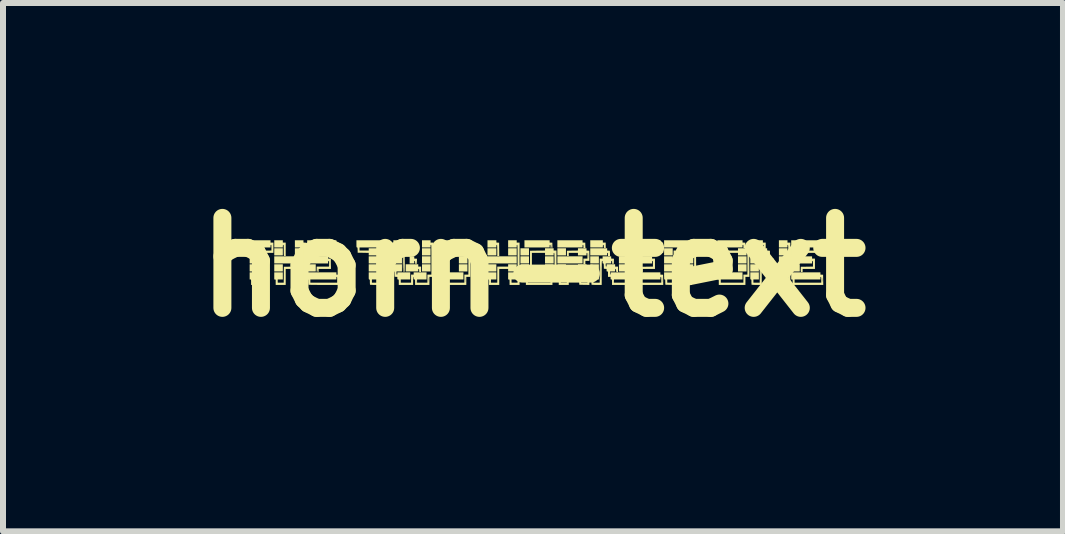
<source format=kicad_pcb>
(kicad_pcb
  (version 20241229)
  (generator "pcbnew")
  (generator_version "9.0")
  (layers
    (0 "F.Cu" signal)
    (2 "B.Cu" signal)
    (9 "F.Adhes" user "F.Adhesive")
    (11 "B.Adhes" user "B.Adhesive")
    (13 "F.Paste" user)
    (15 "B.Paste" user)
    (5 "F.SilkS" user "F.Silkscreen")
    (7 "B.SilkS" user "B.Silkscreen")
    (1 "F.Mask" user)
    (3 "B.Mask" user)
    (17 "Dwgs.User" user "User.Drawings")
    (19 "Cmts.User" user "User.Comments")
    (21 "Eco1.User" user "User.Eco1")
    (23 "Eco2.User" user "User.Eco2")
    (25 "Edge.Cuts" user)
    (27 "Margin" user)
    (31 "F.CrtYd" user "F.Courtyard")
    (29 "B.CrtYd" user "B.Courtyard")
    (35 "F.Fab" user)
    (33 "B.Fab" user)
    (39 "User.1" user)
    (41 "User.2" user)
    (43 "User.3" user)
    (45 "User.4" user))
  (footprint "horn-text"
    (layer "F.Cu")
    (at 5.836 1.404)
    (property "Reference" "horn-text" (at 0 0 0) (layer "F.SilkS") (effects (font (size 1.5 1.5) (thickness 0.3))))
    (attr board_only exclude_from_pos_files exclude_from_bom)
    (fp_poly (pts (xy -4.581 -0.122) (xy -4.581 -0.062) (xy -4.652 -0.062) (xy -4.724 -0.062) (xy -4.724 -0.122) (xy -4.724 -0.181) (xy -4.652 -0.181) (xy -4.581 -0.181)) (stroke (width 0) (type solid)) (fill yes) (layer "F.SilkS"))
    (fp_poly (pts (xy -4.581 0.012) (xy -4.581 0.072) (xy -4.652 0.072) (xy -4.724 0.072) (xy -4.724 0.012) (xy -4.724 -0.048) (xy -4.652 -0.048) (xy -4.581 -0.048)) (stroke (width 0) (type solid)) (fill yes) (layer "F.SilkS"))
    (fp_poly (pts (xy -4.171 -0.255) (xy -4.171 -0.196) (xy -4.242 -0.196) (xy -4.314 -0.196) (xy -4.314 -0.255) (xy -4.314 -0.315) (xy -4.242 -0.315) (xy -4.171 -0.315)) (stroke (width 0) (type solid)) (fill yes) (layer "F.SilkS"))
    (fp_poly (pts (xy -4.171 0.012) (xy -4.171 0.072) (xy -4.242 0.072) (xy -4.314 0.072) (xy -4.314 0.012) (xy -4.314 -0.048) (xy -4.242 -0.048) (xy -4.171 -0.048)) (stroke (width 0) (type solid)) (fill yes) (layer "F.SilkS"))
    (fp_poly (pts (xy -3.827 -0.255) (xy -3.827 -0.196) (xy -3.899 -0.196) (xy -3.97 -0.196) (xy -3.97 -0.255) (xy -3.97 -0.315) (xy -3.899 -0.315) (xy -3.827 -0.315)) (stroke (width 0) (type solid)) (fill yes) (layer "F.SilkS"))
    (fp_poly (pts (xy -3.827 -0.122) (xy -3.827 -0.062) (xy -4.07 -0.062) (xy -4.314 -0.062) (xy -4.314 -0.122) (xy -4.314 -0.181) (xy -4.07 -0.181) (xy -3.827 -0.181)) (stroke (width 0) (type solid)) (fill yes) (layer "F.SilkS"))
    (fp_poly (pts (xy -3.622 -0.255) (xy -3.622 -0.196) (xy -3.693 -0.196) (xy -3.765 -0.196) (xy -3.765 -0.255) (xy -3.765 -0.315) (xy -3.693 -0.315) (xy -3.622 -0.315)) (stroke (width 0) (type solid)) (fill yes) (layer "F.SilkS"))
    (fp_poly (pts (xy -3.622 0.012) (xy -3.622 0.072) (xy -3.693 0.072) (xy -3.765 0.072) (xy -3.765 0.012) (xy -3.765 -0.048) (xy -3.693 -0.048) (xy -3.622 -0.048)) (stroke (width 0) (type solid)) (fill yes) (layer "F.SilkS"))
    (fp_poly (pts (xy -2.596 -0.122) (xy -2.596 -0.062) (xy -2.667 -0.062) (xy -2.739 -0.062) (xy -2.739 -0.122) (xy -2.739 -0.181) (xy -2.667 -0.181) (xy -2.596 -0.181)) (stroke (width 0) (type solid)) (fill yes) (layer "F.SilkS"))
    (fp_poly (pts (xy -2.596 0.012) (xy -2.596 0.072) (xy -2.667 0.072) (xy -2.739 0.072) (xy -2.739 0.012) (xy -2.739 -0.048) (xy -2.667 -0.048) (xy -2.596 -0.048)) (stroke (width 0) (type solid)) (fill yes) (layer "F.SilkS"))
    (fp_poly (pts (xy -2.185 -0.255) (xy -2.185 -0.196) (xy -2.257 -0.196) (xy -2.329 -0.196) (xy -2.329 -0.255) (xy -2.329 -0.315) (xy -2.257 -0.315) (xy -2.185 -0.315)) (stroke (width 0) (type solid)) (fill yes) (layer "F.SilkS"))
    (fp_poly (pts (xy -2.185 -0.122) (xy -2.185 -0.062) (xy -2.257 -0.062) (xy -2.329 -0.062) (xy -2.329 -0.122) (xy -2.329 -0.181) (xy -2.257 -0.181) (xy -2.185 -0.181)) (stroke (width 0) (type solid)) (fill yes) (layer "F.SilkS"))
    (fp_poly (pts (xy -1.708 -0.255) (xy -1.708 -0.196) (xy -1.78 -0.196) (xy -1.851 -0.196) (xy -1.851 -0.255) (xy -1.851 -0.315) (xy -1.78 -0.315) (xy -1.708 -0.315)) (stroke (width 0) (type solid)) (fill yes) (layer "F.SilkS"))
    (fp_poly (pts (xy -1.708 -0.122) (xy -1.708 -0.062) (xy -1.78 -0.062) (xy -1.851 -0.062) (xy -1.851 -0.122) (xy -1.851 -0.181) (xy -1.78 -0.181) (xy -1.708 -0.181)) (stroke (width 0) (type solid)) (fill yes) (layer "F.SilkS"))
    (fp_poly (pts (xy -1.708 0.012) (xy -1.708 0.072) (xy -1.78 0.072) (xy -1.851 0.072) (xy -1.851 0.012) (xy -1.851 -0.048) (xy -1.78 -0.048) (xy -1.708 -0.048)) (stroke (width 0) (type solid)) (fill yes) (layer "F.SilkS"))
    (fp_poly (pts (xy -1.503 -0.255) (xy -1.503 -0.196) (xy -1.575 -0.196) (xy -1.646 -0.196) (xy -1.646 -0.255) (xy -1.646 -0.315) (xy -1.575 -0.315) (xy -1.503 -0.315)) (stroke (width 0) (type solid)) (fill yes) (layer "F.SilkS"))
    (fp_poly (pts (xy -1.503 -0.122) (xy -1.503 -0.062) (xy -1.575 -0.062) (xy -1.646 -0.062) (xy -1.646 -0.122) (xy -1.646 -0.181) (xy -1.575 -0.181) (xy -1.503 -0.181)) (stroke (width 0) (type solid)) (fill yes) (layer "F.SilkS"))
    (fp_poly (pts (xy -1.093 -0.122) (xy -1.093 -0.062) (xy -1.164 -0.062) (xy -1.236 -0.062) (xy -1.236 -0.122) (xy -1.236 -0.181) (xy -1.164 -0.181) (xy -1.093 -0.181)) (stroke (width 0) (type solid)) (fill yes) (layer "F.SilkS"))
    (fp_poly (pts (xy -1.093 0.012) (xy -1.093 0.072) (xy -1.164 0.072) (xy -1.236 0.072) (xy -1.236 0.012) (xy -1.236 -0.048) (xy -1.164 -0.048) (xy -1.093 -0.048)) (stroke (width 0) (type solid)) (fill yes) (layer "F.SilkS"))
    (fp_poly (pts (xy -0.611 -0.255) (xy -0.611 -0.196) (xy -0.685 -0.196) (xy -0.759 -0.196) (xy -0.759 -0.255) (xy -0.759 -0.315) (xy -0.685 -0.315) (xy -0.611 -0.315)) (stroke (width 0) (type solid)) (fill yes) (layer "F.SilkS"))
    (fp_poly (pts (xy -0.611 0.012) (xy -0.611 0.072) (xy -0.685 0.072) (xy -0.759 0.072) (xy -0.759 0.012) (xy -0.759 -0.048) (xy -0.685 -0.048) (xy -0.611 -0.048)) (stroke (width 0) (type solid)) (fill yes) (layer "F.SilkS"))
    (fp_poly (pts (xy -0.272 -0.255) (xy -0.272 -0.196) (xy -0.344 -0.196) (xy -0.415 -0.196) (xy -0.415 -0.255) (xy -0.415 -0.315) (xy -0.344 -0.315) (xy -0.272 -0.315)) (stroke (width 0) (type solid)) (fill yes) (layer "F.SilkS"))
    (fp_poly (pts (xy -0.272 -0.122) (xy -0.272 -0.062) (xy -0.515 -0.062) (xy -0.759 -0.062) (xy -0.759 -0.122) (xy -0.759 -0.181) (xy -0.515 -0.181) (xy -0.272 -0.181)) (stroke (width 0) (type solid)) (fill yes) (layer "F.SilkS"))
    (fp_poly (pts (xy -0.067 -0.255) (xy -0.067 -0.196) (xy -0.138 -0.196) (xy -0.21 -0.196) (xy -0.21 -0.255) (xy -0.21 -0.315) (xy -0.138 -0.315) (xy -0.067 -0.315)) (stroke (width 0) (type solid)) (fill yes) (layer "F.SilkS"))
    (fp_poly (pts (xy -0.067 -0.122) (xy -0.067 -0.062) (xy -0.138 -0.062) (xy -0.21 -0.062) (xy -0.21 -0.122) (xy -0.21 -0.181) (xy -0.138 -0.181) (xy -0.067 -0.181)) (stroke (width 0) (type solid)) (fill yes) (layer "F.SilkS"))
    (fp_poly (pts (xy 0.344 -0.122) (xy 0.344 -0.062) (xy 0.272 -0.062) (xy 0.2 -0.062) (xy 0.2 -0.122) (xy 0.2 -0.181) (xy 0.272 -0.181) (xy 0.344 -0.181)) (stroke (width 0) (type solid)) (fill yes) (layer "F.SilkS"))
    (fp_poly (pts (xy 0.344 0.012) (xy 0.344 0.072) (xy 0.272 0.072) (xy 0.2 0.072) (xy 0.2 0.012) (xy 0.2 -0.048) (xy 0.272 -0.048) (xy 0.344 -0.048)) (stroke (width 0) (type solid)) (fill yes) (layer "F.SilkS"))
    (fp_poly (pts (xy 0.549 -0.255) (xy 0.549 -0.196) (xy 0.477 -0.196) (xy 0.406 -0.196) (xy 0.406 -0.255) (xy 0.406 -0.315) (xy 0.477 -0.315) (xy 0.549 -0.315)) (stroke (width 0) (type solid)) (fill yes) (layer "F.SilkS"))
    (fp_poly (pts (xy 0.549 0.012) (xy 0.549 0.072) (xy 0.477 0.072) (xy 0.406 0.072) (xy 0.406 0.012) (xy 0.406 -0.048) (xy 0.477 -0.048) (xy 0.549 -0.048)) (stroke (width 0) (type solid)) (fill yes) (layer "F.SilkS"))
    (fp_poly (pts (xy 0.826 -0.122) (xy 0.826 -0.062) (xy 0.616 -0.062) (xy 0.406 -0.062) (xy 0.406 -0.122) (xy 0.406 -0.181) (xy 0.616 -0.181) (xy 0.826 -0.181)) (stroke (width 0) (type solid)) (fill yes) (layer "F.SilkS"))
    (fp_poly (pts (xy 1.098 -0.122) (xy 1.098 -0.062) (xy 1.026 -0.062) (xy 0.954 -0.062) (xy 0.954 -0.122) (xy 0.954 -0.181) (xy 1.026 -0.181) (xy 1.098 -0.181)) (stroke (width 0) (type solid)) (fill yes) (layer "F.SilkS"))
    (fp_poly (pts (xy 1.098 0.012) (xy 1.098 0.072) (xy 1.026 0.072) (xy 0.954 0.072) (xy 0.954 0.012) (xy 0.954 -0.048) (xy 1.026 -0.048) (xy 1.098 -0.048)) (stroke (width 0) (type solid)) (fill yes) (layer "F.SilkS"))
    (fp_poly (pts (xy 1.575 -0.255) (xy 1.575 -0.196) (xy 1.503 -0.196) (xy 1.432 -0.196) (xy 1.432 -0.255) (xy 1.432 -0.315) (xy 1.503 -0.315) (xy 1.575 -0.315)) (stroke (width 0) (type solid)) (fill yes) (layer "F.SilkS"))
    (fp_poly (pts (xy 1.575 -0.122) (xy 1.575 -0.062) (xy 1.503 -0.062) (xy 1.432 -0.062) (xy 1.432 -0.122) (xy 1.432 -0.181) (xy 1.503 -0.181) (xy 1.575 -0.181)) (stroke (width 0) (type solid)) (fill yes) (layer "F.SilkS"))
    (fp_poly (pts (xy 1.575 0.012) (xy 1.575 0.072) (xy 1.503 0.072) (xy 1.432 0.072) (xy 1.432 0.012) (xy 1.432 -0.048) (xy 1.503 -0.048) (xy 1.575 -0.048)) (stroke (width 0) (type solid)) (fill yes) (layer "F.SilkS"))
    (fp_poly (pts (xy 1.78 -0.255) (xy 1.78 -0.196) (xy 1.708 -0.196) (xy 1.637 -0.196) (xy 1.637 -0.255) (xy 1.637 -0.315) (xy 1.708 -0.315) (xy 1.78 -0.315)) (stroke (width 0) (type solid)) (fill yes) (layer "F.SilkS"))
    (fp_poly (pts (xy 1.78 0.012) (xy 1.78 0.072) (xy 1.708 0.072) (xy 1.637 0.072) (xy 1.637 0.012) (xy 1.637 -0.048) (xy 1.708 -0.048) (xy 1.78 -0.048)) (stroke (width 0) (type solid)) (fill yes) (layer "F.SilkS"))
    (fp_poly (pts (xy 2.329 -0.255) (xy 2.329 -0.196) (xy 2.257 -0.196) (xy 2.185 -0.196) (xy 2.185 -0.255) (xy 2.185 -0.315) (xy 2.257 -0.315) (xy 2.329 -0.315)) (stroke (width 0) (type solid)) (fill yes) (layer "F.SilkS"))
    (fp_poly (pts (xy 2.329 -0.122) (xy 2.329 -0.062) (xy 2.257 -0.062) (xy 2.185 -0.062) (xy 2.185 -0.122) (xy 2.185 -0.181) (xy 2.257 -0.181) (xy 2.329 -0.181)) (stroke (width 0) (type solid)) (fill yes) (layer "F.SilkS"))
    (fp_poly (pts (xy 2.329 0.012) (xy 2.329 0.072) (xy 2.257 0.072) (xy 2.185 0.072) (xy 2.185 0.012) (xy 2.185 -0.048) (xy 2.257 -0.048) (xy 2.329 -0.048)) (stroke (width 0) (type solid)) (fill yes) (layer "F.SilkS"))
    (fp_poly (pts (xy 2.672 -0.122) (xy 2.672 -0.062) (xy 2.598 -0.062) (xy 2.524 -0.062) (xy 2.524 -0.122) (xy 2.524 -0.181) (xy 2.598 -0.181) (xy 2.672 -0.181)) (stroke (width 0) (type solid)) (fill yes) (layer "F.SilkS"))
    (fp_poly (pts (xy 2.672 0.012) (xy 2.672 0.072) (xy 2.598 0.072) (xy 2.524 0.072) (xy 2.524 0.012) (xy 2.524 -0.048) (xy 2.598 -0.048) (xy 2.672 -0.048)) (stroke (width 0) (type solid)) (fill yes) (layer "F.SilkS"))
    (fp_poly (pts (xy 3.149 -0.255) (xy 3.149 -0.196) (xy 3.078 -0.196) (xy 3.006 -0.196) (xy 3.006 -0.255) (xy 3.006 -0.315) (xy 3.078 -0.315) (xy 3.149 -0.315)) (stroke (width 0) (type solid)) (fill yes) (layer "F.SilkS"))
    (fp_poly (pts (xy 3.149 -0.122) (xy 3.149 -0.062) (xy 3.078 -0.062) (xy 3.006 -0.062) (xy 3.006 -0.122) (xy 3.006 -0.181) (xy 3.078 -0.181) (xy 3.149 -0.181)) (stroke (width 0) (type solid)) (fill yes) (layer "F.SilkS"))
    (fp_poly (pts (xy 3.56 -0.122) (xy 3.56 -0.062) (xy 3.488 -0.062) (xy 3.417 -0.062) (xy 3.417 -0.122) (xy 3.417 -0.181) (xy 3.488 -0.181) (xy 3.56 -0.181)) (stroke (width 0) (type solid)) (fill yes) (layer "F.SilkS"))
    (fp_poly (pts (xy 3.56 0.012) (xy 3.56 0.072) (xy 3.488 0.072) (xy 3.417 0.072) (xy 3.417 0.012) (xy 3.417 -0.048) (xy 3.488 -0.048) (xy 3.56 -0.048)) (stroke (width 0) (type solid)) (fill yes) (layer "F.SilkS"))
    (fp_poly (pts (xy 3.765 -0.122) (xy 3.765 -0.062) (xy 3.693 -0.062) (xy 3.622 -0.062) (xy 3.622 -0.122) (xy 3.622 -0.181) (xy 3.693 -0.181) (xy 3.765 -0.181)) (stroke (width 0) (type solid)) (fill yes) (layer "F.SilkS"))
    (fp_poly (pts (xy 3.765 0.012) (xy 3.765 0.072) (xy 3.693 0.072) (xy 3.622 0.072) (xy 3.622 0.012) (xy 3.622 -0.048) (xy 3.693 -0.048) (xy 3.765 -0.048)) (stroke (width 0) (type solid)) (fill yes) (layer "F.SilkS"))
    (fp_poly (pts (xy 4.242 -0.255) (xy 4.242 -0.196) (xy 4.171 -0.196) (xy 4.099 -0.196) (xy 4.099 -0.255) (xy 4.099 -0.315) (xy 4.171 -0.315) (xy 4.242 -0.315)) (stroke (width 0) (type solid)) (fill yes) (layer "F.SilkS"))
    (fp_poly (pts (xy 4.242 -0.122) (xy 4.242 -0.062) (xy 4.171 -0.062) (xy 4.099 -0.062) (xy 4.099 -0.122) (xy 4.099 -0.181) (xy 4.171 -0.181) (xy 4.242 -0.181)) (stroke (width 0) (type solid)) (fill yes) (layer "F.SilkS"))
    (fp_poly (pts (xy 4.242 0.012) (xy 4.242 0.072) (xy 4.171 0.072) (xy 4.099 0.072) (xy 4.099 0.012) (xy 4.099 -0.048) (xy 4.171 -0.048) (xy 4.242 -0.048)) (stroke (width 0) (type solid)) (fill yes) (layer "F.SilkS"))
    (fp_poly (pts (xy 4.447 -0.255) (xy 4.447 -0.196) (xy 4.376 -0.196) (xy 4.304 -0.196) (xy 4.304 -0.255) (xy 4.304 -0.315) (xy 4.376 -0.315) (xy 4.447 -0.315)) (stroke (width 0) (type solid)) (fill yes) (layer "F.SilkS"))
    (fp_poly (pts (xy 4.447 0.012) (xy 4.447 0.072) (xy 4.376 0.072) (xy 4.304 0.072) (xy 4.304 0.012) (xy 4.304 -0.048) (xy 4.376 -0.048) (xy 4.447 -0.048)) (stroke (width 0) (type solid)) (fill yes) (layer "F.SilkS"))
    (fp_poly (pts (xy 0.826 -0.43) (xy 0.826 -0.411) (xy 0.848 -0.409) (xy 0.871 -0.408) (xy 0.872 -0.364) (xy 0.874 -0.32) (xy 0.857 -0.32) (xy 0.84 -0.32) (xy 0.84 -0.346) (xy 0.839 -0.362) (xy 0.837 -0.37) (xy 0.833 -0.372) (xy 0.828 -0.369) (xy 0.826 -0.36) (xy 0.826 -0.351) (xy 0.826 -0.329) (xy 0.616 -0.329) (xy 0.406 -0.329) (xy 0.406 -0.389) (xy 0.406 -0.449) (xy 0.616 -0.449) (xy 0.826 -0.449)) (stroke (width 0) (type solid)) (fill yes) (layer "F.SilkS"))
    (fp_poly (pts (xy 1.236 -0.296) (xy 1.236 -0.277) (xy 1.259 -0.276) (xy 1.281 -0.274) (xy 1.283 -0.23) (xy 1.284 -0.186) (xy 1.267 -0.186) (xy 1.25 -0.186) (xy 1.25 -0.212) (xy 1.25 -0.228) (xy 1.247 -0.236) (xy 1.243 -0.239) (xy 1.238 -0.236) (xy 1.236 -0.226) (xy 1.236 -0.217) (xy 1.236 -0.196) (xy 1.095 -0.196) (xy 0.954 -0.196) (xy 0.954 -0.255) (xy 0.954 -0.315) (xy 1.095 -0.315) (xy 1.236 -0.315)) (stroke (width 0) (type solid)) (fill yes) (layer "F.SilkS"))
    (fp_poly (pts (xy 3.493 -0.43) (xy 3.493 -0.411) (xy 3.516 -0.409) (xy 3.538 -0.408) (xy 3.54 -0.364) (xy 3.541 -0.32) (xy 3.524 -0.32) (xy 3.507 -0.32) (xy 3.507 -0.346) (xy 3.507 -0.362) (xy 3.504 -0.37) (xy 3.5 -0.372) (xy 3.495 -0.369) (xy 3.493 -0.36) (xy 3.493 -0.351) (xy 3.493 -0.329) (xy 3.283 -0.329) (xy 3.073 -0.329) (xy 3.073 -0.389) (xy 3.073 -0.449) (xy 3.283 -0.449) (xy 3.493 -0.449)) (stroke (width 0) (type solid)) (fill yes) (layer "F.SilkS"))
    (fp_poly (pts (xy 3.903 -0.296) (xy 3.903 -0.277) (xy 3.926 -0.276) (xy 3.949 -0.274) (xy 3.95 -0.23) (xy 3.951 -0.186) (xy 3.934 -0.186) (xy 3.918 -0.186) (xy 3.918 -0.212) (xy 3.917 -0.228) (xy 3.915 -0.236) (xy 3.91 -0.239) (xy 3.906 -0.236) (xy 3.904 -0.226) (xy 3.903 -0.217) (xy 3.903 -0.196) (xy 3.763 -0.196) (xy 3.622 -0.196) (xy 3.622 -0.255) (xy 3.622 -0.315) (xy 3.763 -0.315) (xy 3.903 -0.315)) (stroke (width 0) (type solid)) (fill yes) (layer "F.SilkS"))
    (fp_poly (pts (xy -1.913 -0.029) (xy -1.913 -0.01) (xy -1.89 -0.01) (xy -1.866 -0.01) (xy -1.866 0.036) (xy -1.866 0.081) (xy -1.879 0.081) (xy -1.89 0.08) (xy -1.896 0.078) (xy -1.898 0.072) (xy -1.899 0.059) (xy -1.899 0.052) (xy -1.9 0.037) (xy -1.903 0.03) (xy -1.906 0.029) (xy -1.911 0.031) (xy -1.913 0.041) (xy -1.913 0.05) (xy -1.913 0.072) (xy -2.018 0.072) (xy -2.123 0.072) (xy -2.123 0.012) (xy -2.123 -0.048) (xy -2.018 -0.048) (xy -1.913 -0.048)) (stroke (width 0) (type solid)) (fill yes) (layer "F.SilkS"))
    (fp_poly (pts (xy 1.164 -0.429) (xy 1.164 -0.41) (xy 1.188 -0.41) (xy 1.212 -0.41) (xy 1.212 -0.365) (xy 1.212 -0.32) (xy 1.199 -0.32) (xy 1.188 -0.321) (xy 1.182 -0.323) (xy 1.18 -0.329) (xy 1.179 -0.342) (xy 1.179 -0.349) (xy 1.178 -0.364) (xy 1.175 -0.371) (xy 1.171 -0.372) (xy 1.167 -0.369) (xy 1.165 -0.36) (xy 1.164 -0.351) (xy 1.164 -0.329) (xy 1.059 -0.329) (xy 0.954 -0.329) (xy 0.954 -0.389) (xy 0.954 -0.449) (xy 1.059 -0.449) (xy 1.164 -0.449)) (stroke (width 0) (type solid)) (fill yes) (layer "F.SilkS"))
    (fp_poly (pts (xy 2.601 -0.429) (xy 2.601 -0.41) (xy 2.624 -0.41) (xy 2.648 -0.41) (xy 2.648 -0.365) (xy 2.648 -0.32) (xy 2.635 -0.32) (xy 2.624 -0.321) (xy 2.618 -0.323) (xy 2.616 -0.329) (xy 2.615 -0.342) (xy 2.615 -0.349) (xy 2.614 -0.364) (xy 2.611 -0.371) (xy 2.608 -0.372) (xy 2.603 -0.369) (xy 2.601 -0.36) (xy 2.601 -0.351) (xy 2.601 -0.329) (xy 2.393 -0.329) (xy 2.185 -0.329) (xy 2.185 -0.389) (xy 2.185 -0.449) (xy 2.393 -0.449) (xy 2.601 -0.449)) (stroke (width 0) (type solid)) (fill yes) (layer "F.SilkS"))
    (fp_poly (pts (xy 3.832 -0.429) (xy 3.832 -0.41) (xy 3.856 -0.41) (xy 3.879 -0.41) (xy 3.879 -0.365) (xy 3.879 -0.32) (xy 3.866 -0.32) (xy 3.855 -0.321) (xy 3.849 -0.323) (xy 3.847 -0.329) (xy 3.846 -0.342) (xy 3.846 -0.349) (xy 3.845 -0.364) (xy 3.842 -0.371) (xy 3.839 -0.372) (xy 3.834 -0.369) (xy 3.832 -0.36) (xy 3.832 -0.351) (xy 3.832 -0.329) (xy 3.727 -0.329) (xy 3.622 -0.329) (xy 3.622 -0.389) (xy 3.622 -0.449) (xy 3.727 -0.449) (xy 3.832 -0.449)) (stroke (width 0) (type solid)) (fill yes) (layer "F.SilkS"))
    (fp_poly (pts (xy -0.611 -0.43) (xy -0.611 -0.411) (xy -0.588 -0.409) (xy -0.565 -0.408) (xy -0.564 -0.297) (xy -0.563 -0.186) (xy -0.58 -0.186) (xy -0.596 -0.186) (xy -0.596 -0.279) (xy -0.597 -0.312) (xy -0.597 -0.336) (xy -0.598 -0.353) (xy -0.599 -0.364) (xy -0.6 -0.37) (xy -0.602 -0.372) (xy -0.604 -0.372) (xy -0.608 -0.369) (xy -0.61 -0.36) (xy -0.611 -0.351) (xy -0.611 -0.329) (xy -0.685 -0.329) (xy -0.759 -0.329) (xy -0.759 -0.389) (xy -0.759 -0.449) (xy -0.685 -0.449) (xy -0.611 -0.449)) (stroke (width 0) (type solid)) (fill yes) (layer "F.SilkS"))
    (fp_poly (pts (xy -4.171 -0.429) (xy -4.171 -0.41) (xy -4.147 -0.41) (xy -4.123 -0.41) (xy -4.123 -0.298) (xy -4.123 -0.186) (xy -4.136 -0.186) (xy -4.147 -0.187) (xy -4.153 -0.189) (xy -4.154 -0.195) (xy -4.155 -0.208) (xy -4.156 -0.228) (xy -4.156 -0.253) (xy -4.156 -0.282) (xy -4.156 -0.282) (xy -4.156 -0.314) (xy -4.157 -0.338) (xy -4.157 -0.354) (xy -4.158 -0.364) (xy -4.16 -0.37) (xy -4.162 -0.372) (xy -4.163 -0.372) (xy -4.168 -0.369) (xy -4.17 -0.36) (xy -4.171 -0.351) (xy -4.171 -0.329) (xy -4.242 -0.329) (xy -4.314 -0.329) (xy -4.314 -0.389) (xy -4.314 -0.449) (xy -4.242 -0.449) (xy -4.171 -0.449)) (stroke (width 0) (type solid)) (fill yes) (layer "F.SilkS"))
    (fp_poly (pts (xy -1.98 -0.163) (xy -1.98 -0.144) (xy -1.958 -0.142) (xy -1.935 -0.141) (xy -1.934 -0.097) (xy -1.933 -0.075) (xy -1.934 -0.062) (xy -1.935 -0.055) (xy -1.938 -0.053) (xy -1.939 -0.052) (xy -1.943 -0.055) (xy -1.946 -0.062) (xy -1.947 -0.076) (xy -1.948 -0.089) (xy -1.95 -0.126) (xy -1.951 -0.089) (xy -1.952 -0.07) (xy -1.953 -0.059) (xy -1.956 -0.053) (xy -1.959 -0.052) (xy -1.963 -0.055) (xy -1.965 -0.063) (xy -1.966 -0.079) (xy -1.967 -0.095) (xy -1.969 -0.103) (xy -1.973 -0.105) (xy -1.978 -0.102) (xy -1.98 -0.093) (xy -1.98 -0.084) (xy -1.98 -0.062) (xy -2.018 -0.062) (xy -2.057 -0.062) (xy -2.057 -0.122) (xy -2.057 -0.181) (xy -2.018 -0.181) (xy -1.98 -0.181)) (stroke (width 0) (type solid)) (fill yes) (layer "F.SilkS"))
    (fp_poly (pts (xy -1.16 -0.43) (xy -1.16 -0.411) (xy -1.137 -0.409) (xy -1.114 -0.408) (xy -1.113 -0.364) (xy -1.112 -0.343) (xy -1.113 -0.329) (xy -1.115 -0.322) (xy -1.117 -0.32) (xy -1.119 -0.32) (xy -1.122 -0.322) (xy -1.125 -0.329) (xy -1.127 -0.344) (xy -1.127 -0.357) (xy -1.129 -0.394) (xy -1.13 -0.357) (xy -1.131 -0.337) (xy -1.132 -0.326) (xy -1.135 -0.321) (xy -1.138 -0.32) (xy -1.142 -0.322) (xy -1.145 -0.33) (xy -1.145 -0.346) (xy -1.146 -0.362) (xy -1.148 -0.37) (xy -1.152 -0.372) (xy -1.157 -0.369) (xy -1.159 -0.36) (xy -1.16 -0.351) (xy -1.16 -0.329) (xy -1.369 -0.329) (xy -1.579 -0.329) (xy -1.579 -0.389) (xy -1.579 -0.449) (xy -1.369 -0.449) (xy -1.16 -0.449)) (stroke (width 0) (type solid)) (fill yes) (layer "F.SilkS"))
    (fp_poly (pts (xy 0.277 -0.43) (xy 0.277 -0.411) (xy 0.299 -0.409) (xy 0.322 -0.408) (xy 0.323 -0.364) (xy 0.324 -0.343) (xy 0.323 -0.329) (xy 0.322 -0.322) (xy 0.319 -0.32) (xy 0.318 -0.32) (xy 0.314 -0.322) (xy 0.311 -0.329) (xy 0.31 -0.344) (xy 0.309 -0.357) (xy 0.307 -0.394) (xy 0.306 -0.357) (xy 0.305 -0.337) (xy 0.304 -0.326) (xy 0.301 -0.321) (xy 0.298 -0.32) (xy 0.294 -0.322) (xy 0.292 -0.33) (xy 0.291 -0.346) (xy 0.29 -0.362) (xy 0.288 -0.37) (xy 0.284 -0.372) (xy 0.279 -0.369) (xy 0.277 -0.36) (xy 0.277 -0.351) (xy 0.277 -0.329) (xy 0.067 -0.329) (xy -0.143 -0.329) (xy -0.143 -0.389) (xy -0.143 -0.449) (xy 0.067 -0.449) (xy 0.277 -0.449)) (stroke (width 0) (type solid)) (fill yes) (layer "F.SilkS"))
    (fp_poly (pts (xy 1.985 -0.162) (xy 1.985 -0.143) (xy 2.009 -0.143) (xy 2.033 -0.143) (xy 2.033 -0.057) (xy 2.033 0.029) (xy 1.93 0.029) (xy 1.828 0.029) (xy 1.828 0.055) (xy 1.827 0.07) (xy 1.826 0.078) (xy 1.822 0.081) (xy 1.813 0.081) (xy 1.813 0.081) (xy 1.802 0.079) (xy 1.796 0.075) (xy 1.795 0.067) (xy 1.795 0.053) (xy 1.795 0.035) (xy 1.795 0.031) (xy 1.797 -0.007) (xy 1.898 -0.008) (xy 1.999 -0.01) (xy 1.999 -0.057) (xy 1.999 -0.08) (xy 1.998 -0.094) (xy 1.997 -0.102) (xy 1.994 -0.105) (xy 1.992 -0.105) (xy 1.987 -0.102) (xy 1.985 -0.093) (xy 1.985 -0.084) (xy 1.985 -0.062) (xy 1.811 -0.062) (xy 1.637 -0.062) (xy 1.637 -0.122) (xy 1.637 -0.181) (xy 1.811 -0.181) (xy 1.985 -0.181)) (stroke (width 0) (type solid)) (fill yes) (layer "F.SilkS"))
    (fp_poly (pts (xy 4.652 -0.162) (xy 4.652 -0.143) (xy 4.676 -0.143) (xy 4.7 -0.143) (xy 4.7 -0.057) (xy 4.7 0.029) (xy 4.598 0.029) (xy 4.495 0.029) (xy 4.495 0.055) (xy 4.495 0.07) (xy 4.493 0.078) (xy 4.489 0.081) (xy 4.481 0.081) (xy 4.481 0.081) (xy 4.47 0.079) (xy 4.464 0.075) (xy 4.463 0.067) (xy 4.462 0.053) (xy 4.462 0.035) (xy 4.463 0.031) (xy 4.464 -0.007) (xy 4.565 -0.008) (xy 4.667 -0.01) (xy 4.667 -0.057) (xy 4.667 -0.08) (xy 4.666 -0.094) (xy 4.664 -0.102) (xy 4.661 -0.105) (xy 4.66 -0.105) (xy 4.655 -0.102) (xy 4.653 -0.093) (xy 4.652 -0.084) (xy 4.652 -0.062) (xy 4.478 -0.062) (xy 4.304 -0.062) (xy 4.304 -0.122) (xy 4.304 -0.181) (xy 4.478 -0.181) (xy 4.652 -0.181)) (stroke (width 0) (type solid)) (fill yes) (layer "F.SilkS"))
    (fp_poly (pts (xy -3.827 0.012) (xy -3.827 0.072) (xy -3.899 0.072) (xy -3.97 0.072) (xy -3.97 0.05) (xy -3.97 0.029) (xy -4.046 0.029) (xy -4.123 0.029) (xy -4.123 0.162) (xy -4.123 0.296) (xy -4.206 0.296) (xy -4.29 0.296) (xy -4.29 0.251) (xy -4.29 0.23) (xy -4.29 0.216) (xy -4.292 0.209) (xy -4.295 0.206) (xy -4.3 0.205) (xy -4.302 0.205) (xy -4.314 0.205) (xy -4.314 0.146) (xy -4.314 0.086) (xy -4.242 0.086) (xy -4.171 0.086) (xy -4.171 0.146) (xy -4.171 0.205) (xy -4.213 0.205) (xy -4.256 0.205) (xy -4.256 0.231) (xy -4.256 0.258) (xy -4.206 0.258) (xy -4.156 0.258) (xy -4.155 0.125) (xy -4.154 -0.007) (xy -4.062 -0.008) (xy -3.97 -0.01) (xy -3.97 -0.029) (xy -3.97 -0.048) (xy -3.899 -0.048) (xy -3.827 -0.048)) (stroke (width 0) (type solid)) (fill yes) (layer "F.SilkS"))
    (fp_poly (pts (xy -3.278 -0.43) (xy -3.278 -0.411) (xy -3.256 -0.409) (xy -3.233 -0.408) (xy -3.232 -0.323) (xy -3.23 -0.239) (xy -3.402 -0.239) (xy -3.574 -0.239) (xy -3.574 -0.212) (xy -3.575 -0.196) (xy -3.577 -0.188) (xy -3.581 -0.186) (xy -3.585 -0.188) (xy -3.587 -0.196) (xy -3.589 -0.211) (xy -3.59 -0.223) (xy -3.591 -0.26) (xy -3.592 -0.223) (xy -3.593 -0.204) (xy -3.595 -0.192) (xy -3.598 -0.187) (xy -3.6 -0.186) (xy -3.604 -0.188) (xy -3.606 -0.194) (xy -3.607 -0.205) (xy -3.607 -0.225) (xy -3.607 -0.231) (xy -3.607 -0.277) (xy -3.436 -0.277) (xy -3.264 -0.277) (xy -3.264 -0.324) (xy -3.264 -0.347) (xy -3.265 -0.361) (xy -3.267 -0.369) (xy -3.27 -0.372) (xy -3.271 -0.372) (xy -3.276 -0.369) (xy -3.278 -0.36) (xy -3.278 -0.351) (xy -3.278 -0.329) (xy -3.522 -0.329) (xy -3.765 -0.329) (xy -3.765 -0.389) (xy -3.765 -0.449) (xy -3.522 -0.449) (xy -3.278 -0.449)) (stroke (width 0) (type solid)) (fill yes) (layer "F.SilkS"))
    (fp_poly (pts (xy -3.278 0.105) (xy -3.278 0.124) (xy -3.256 0.125) (xy -3.233 0.126) (xy -3.232 0.211) (xy -3.23 0.296) (xy -3.485 0.296) (xy -3.533 0.296) (xy -3.579 0.296) (xy -3.621 0.295) (xy -3.658 0.295) (xy -3.689 0.295) (xy -3.714 0.294) (xy -3.732 0.294) (xy -3.741 0.293) (xy -3.743 0.293) (xy -3.744 0.287) (xy -3.745 0.274) (xy -3.746 0.256) (xy -3.746 0.247) (xy -3.746 0.227) (xy -3.747 0.215) (xy -3.749 0.208) (xy -3.752 0.206) (xy -3.755 0.205) (xy -3.712 0.205) (xy -3.712 0.231) (xy -3.712 0.258) (xy -3.488 0.258) (xy -3.264 0.258) (xy -3.264 0.21) (xy -3.264 0.188) (xy -3.265 0.173) (xy -3.267 0.166) (xy -3.27 0.162) (xy -3.271 0.162) (xy -3.276 0.165) (xy -3.278 0.175) (xy -3.278 0.184) (xy -3.278 0.205) (xy -3.495 0.205) (xy -3.712 0.205) (xy -3.755 0.205) (xy -3.759 0.205) (xy -3.762 0.202) (xy -3.764 0.196) (xy -3.765 0.184) (xy -3.765 0.166) (xy -3.765 0.146) (xy -3.765 0.086) (xy -3.522 0.086) (xy -3.278 0.086)) (stroke (width 0) (type solid)) (fill yes) (layer "F.SilkS"))
    (fp_poly (pts (xy -0.272 -0.429) (xy -0.272 -0.41) (xy -0.248 -0.41) (xy -0.224 -0.41) (xy -0.224 -0.057) (xy -0.224 0.296) (xy -0.308 0.296) (xy -0.391 0.296) (xy -0.391 0.251) (xy -0.391 0.23) (xy -0.392 0.216) (xy -0.393 0.209) (xy -0.396 0.206) (xy -0.401 0.205) (xy -0.403 0.205) (xy -0.415 0.205) (xy -0.415 0.146) (xy -0.415 0.086) (xy -0.344 0.086) (xy -0.272 0.086) (xy -0.272 0.146) (xy -0.272 0.205) (xy -0.315 0.205) (xy -0.358 0.205) (xy -0.358 0.231) (xy -0.358 0.258) (xy -0.308 0.258) (xy -0.258 0.258) (xy -0.258 -0.057) (xy -0.258 -0.12) (xy -0.258 -0.175) (xy -0.258 -0.221) (xy -0.258 -0.259) (xy -0.258 -0.291) (xy -0.259 -0.316) (xy -0.259 -0.335) (xy -0.26 -0.35) (xy -0.261 -0.36) (xy -0.262 -0.367) (xy -0.263 -0.371) (xy -0.264 -0.372) (xy -0.265 -0.372) (xy -0.27 -0.369) (xy -0.272 -0.36) (xy -0.272 -0.351) (xy -0.272 -0.329) (xy -0.344 -0.329) (xy -0.415 -0.329) (xy -0.415 -0.389) (xy -0.415 -0.449) (xy -0.344 -0.449) (xy -0.272 -0.449)) (stroke (width 0) (type solid)) (fill yes) (layer "F.SilkS"))
    (fp_poly (pts (xy 2.123 0.105) (xy 2.123 0.124) (xy 2.146 0.125) (xy 2.169 0.126) (xy 2.17 0.211) (xy 2.171 0.296) (xy 1.916 0.296) (xy 1.661 0.296) (xy 1.661 0.251) (xy 1.66 0.23) (xy 1.66 0.216) (xy 1.658 0.209) (xy 1.655 0.206) (xy 1.651 0.205) (xy 1.649 0.205) (xy 1.694 0.205) (xy 1.694 0.231) (xy 1.694 0.258) (xy 1.916 0.258) (xy 2.138 0.258) (xy 2.138 0.21) (xy 2.154 0.21) (xy 2.154 0.231) (xy 2.154 0.246) (xy 2.155 0.252) (xy 2.155 0.251) (xy 2.156 0.245) (xy 2.156 0.22) (xy 2.156 0.193) (xy 2.156 0.175) (xy 2.155 0.168) (xy 2.155 0.169) (xy 2.154 0.178) (xy 2.154 0.195) (xy 2.154 0.21) (xy 2.138 0.21) (xy 2.138 0.188) (xy 2.137 0.173) (xy 2.135 0.166) (xy 2.132 0.162) (xy 2.131 0.162) (xy 2.126 0.165) (xy 2.124 0.175) (xy 2.123 0.184) (xy 2.123 0.205) (xy 1.909 0.205) (xy 1.694 0.205) (xy 1.649 0.205) (xy 1.637 0.205) (xy 1.637 0.146) (xy 1.637 0.086) (xy 1.88 0.086) (xy 2.123 0.086)) (stroke (width 0) (type solid)) (fill yes) (layer "F.SilkS"))
    (fp_poly (pts (xy 4.791 0.105) (xy 4.791 0.124) (xy 4.813 0.125) (xy 4.836 0.126) (xy 4.837 0.211) (xy 4.839 0.296) (xy 4.583 0.296) (xy 4.328 0.296) (xy 4.328 0.251) (xy 4.328 0.23) (xy 4.327 0.216) (xy 4.326 0.209) (xy 4.323 0.206) (xy 4.318 0.205) (xy 4.316 0.205) (xy 4.361 0.205) (xy 4.361 0.231) (xy 4.361 0.258) (xy 4.583 0.258) (xy 4.805 0.258) (xy 4.805 0.21) (xy 4.821 0.21) (xy 4.821 0.231) (xy 4.822 0.246) (xy 4.822 0.252) (xy 4.823 0.251) (xy 4.823 0.245) (xy 4.824 0.22) (xy 4.824 0.193) (xy 4.823 0.175) (xy 4.822 0.168) (xy 4.822 0.169) (xy 4.822 0.178) (xy 4.821 0.195) (xy 4.821 0.21) (xy 4.805 0.21) (xy 4.805 0.188) (xy 4.804 0.173) (xy 4.802 0.166) (xy 4.799 0.162) (xy 4.798 0.162) (xy 4.793 0.165) (xy 4.791 0.175) (xy 4.791 0.184) (xy 4.791 0.205) (xy 4.576 0.205) (xy 4.361 0.205) (xy 4.316 0.205) (xy 4.304 0.205) (xy 4.304 0.146) (xy 4.304 0.086) (xy 4.547 0.086) (xy 4.791 0.086)) (stroke (width 0) (type solid)) (fill yes) (layer "F.SilkS"))
    (fp_poly (pts (xy 2.123 -0.43) (xy 2.123 -0.411) (xy 2.146 -0.409) (xy 2.169 -0.408) (xy 2.17 -0.323) (xy 2.171 -0.239) (xy 1.999 -0.239) (xy 1.828 -0.239) (xy 1.828 -0.212) (xy 1.827 -0.197) (xy 1.826 -0.19) (xy 1.822 -0.187) (xy 1.813 -0.186) (xy 1.813 -0.186) (xy 1.802 -0.188) (xy 1.796 -0.192) (xy 1.795 -0.2) (xy 1.795 -0.214) (xy 1.795 -0.233) (xy 1.795 -0.237) (xy 1.797 -0.274) (xy 1.967 -0.276) (xy 2.138 -0.277) (xy 2.138 -0.324) (xy 2.154 -0.324) (xy 2.154 -0.303) (xy 2.154 -0.289) (xy 2.155 -0.282) (xy 2.155 -0.284) (xy 2.156 -0.29) (xy 2.156 -0.314) (xy 2.156 -0.341) (xy 2.156 -0.359) (xy 2.155 -0.367) (xy 2.155 -0.365) (xy 2.154 -0.356) (xy 2.154 -0.339) (xy 2.154 -0.324) (xy 2.138 -0.324) (xy 2.138 -0.325) (xy 2.138 -0.347) (xy 2.137 -0.361) (xy 2.135 -0.369) (xy 2.132 -0.372) (xy 2.131 -0.372) (xy 2.126 -0.369) (xy 2.124 -0.36) (xy 2.123 -0.351) (xy 2.123 -0.329) (xy 1.88 -0.329) (xy 1.637 -0.329) (xy 1.637 -0.389) (xy 1.637 -0.449) (xy 1.88 -0.449) (xy 2.123 -0.449)) (stroke (width 0) (type solid)) (fill yes) (layer "F.SilkS"))
    (fp_poly (pts (xy 4.791 -0.43) (xy 4.791 -0.411) (xy 4.813 -0.409) (xy 4.836 -0.408) (xy 4.837 -0.323) (xy 4.839 -0.239) (xy 4.667 -0.239) (xy 4.495 -0.239) (xy 4.495 -0.212) (xy 4.495 -0.197) (xy 4.493 -0.19) (xy 4.489 -0.187) (xy 4.481 -0.186) (xy 4.481 -0.186) (xy 4.47 -0.188) (xy 4.464 -0.192) (xy 4.463 -0.2) (xy 4.462 -0.214) (xy 4.462 -0.233) (xy 4.463 -0.237) (xy 4.464 -0.274) (xy 4.635 -0.276) (xy 4.805 -0.277) (xy 4.805 -0.324) (xy 4.821 -0.324) (xy 4.821 -0.303) (xy 4.822 -0.289) (xy 4.822 -0.282) (xy 4.823 -0.284) (xy 4.823 -0.29) (xy 4.824 -0.314) (xy 4.824 -0.341) (xy 4.823 -0.359) (xy 4.822 -0.367) (xy 4.822 -0.365) (xy 4.822 -0.356) (xy 4.821 -0.339) (xy 4.821 -0.324) (xy 4.805 -0.324) (xy 4.805 -0.325) (xy 4.805 -0.347) (xy 4.804 -0.361) (xy 4.802 -0.369) (xy 4.799 -0.372) (xy 4.798 -0.372) (xy 4.793 -0.369) (xy 4.791 -0.36) (xy 4.791 -0.351) (xy 4.791 -0.329) (xy 4.547 -0.329) (xy 4.304 -0.329) (xy 4.304 -0.389) (xy 4.304 -0.449) (xy 4.547 -0.449) (xy 4.791 -0.449)) (stroke (width 0) (type solid)) (fill yes) (layer "F.SilkS"))
    (fp_poly (pts (xy -3.417 -0.163) (xy -3.417 -0.144) (xy -3.394 -0.142) (xy -3.371 -0.141) (xy -3.37 -0.056) (xy -3.369 0.029) (xy -3.471 0.029) (xy -3.574 0.029) (xy -3.574 0.055) (xy -3.575 0.071) (xy -3.577 0.079) (xy -3.581 0.081) (xy -3.585 0.079) (xy -3.587 0.071) (xy -3.589 0.056) (xy -3.59 0.044) (xy -3.591 0.007) (xy -3.592 0.044) (xy -3.593 0.063) (xy -3.595 0.075) (xy -3.598 0.08) (xy -3.6 0.081) (xy -3.604 0.079) (xy -3.606 0.074) (xy -3.607 0.062) (xy -3.607 0.042) (xy -3.607 0.036) (xy -3.607 -0.01) (xy -3.505 -0.01) (xy -3.402 -0.01) (xy -3.402 -0.057) (xy -3.386 -0.057) (xy -3.386 -0.036) (xy -3.386 -0.022) (xy -3.385 -0.015) (xy -3.385 -0.017) (xy -3.384 -0.023) (xy -3.384 -0.047) (xy -3.384 -0.074) (xy -3.384 -0.092) (xy -3.385 -0.099) (xy -3.385 -0.098) (xy -3.386 -0.089) (xy -3.386 -0.072) (xy -3.386 -0.057) (xy -3.402 -0.057) (xy -3.402 -0.08) (xy -3.403 -0.094) (xy -3.405 -0.102) (xy -3.408 -0.105) (xy -3.409 -0.105) (xy -3.414 -0.102) (xy -3.416 -0.093) (xy -3.417 -0.084) (xy -3.417 -0.062) (xy -3.591 -0.062) (xy -3.765 -0.062) (xy -3.765 -0.122) (xy -3.765 -0.181) (xy -3.591 -0.181) (xy -3.417 -0.181)) (stroke (width 0) (type solid)) (fill yes) (layer "F.SilkS"))
    (fp_poly (pts (xy -0.272 0.012) (xy -0.272 0.072) (xy -0.344 0.072) (xy -0.415 0.072) (xy -0.415 0.05) (xy -0.415 0.029) (xy -0.489 0.029) (xy -0.563 0.029) (xy -0.563 0.162) (xy -0.563 0.296) (xy -0.649 0.296) (xy -0.735 0.296) (xy -0.735 0.251) (xy -0.735 0.241) (xy -0.719 0.241) (xy -0.719 0.256) (xy -0.718 0.264) (xy -0.717 0.264) (xy -0.717 0.261) (xy -0.716 0.244) (xy -0.717 0.226) (xy -0.717 0.223) (xy -0.718 0.218) (xy -0.718 0.222) (xy -0.719 0.233) (xy -0.719 0.241) (xy -0.735 0.241) (xy -0.735 0.23) (xy -0.735 0.216) (xy -0.737 0.209) (xy -0.74 0.206) (xy -0.745 0.205) (xy -0.747 0.205) (xy -0.759 0.205) (xy -0.759 0.146) (xy -0.759 0.086) (xy -0.685 0.086) (xy -0.611 0.086) (xy -0.611 0.146) (xy -0.611 0.205) (xy -0.656 0.205) (xy -0.701 0.205) (xy -0.701 0.231) (xy -0.701 0.258) (xy -0.649 0.258) (xy -0.596 0.258) (xy -0.596 0.124) (xy -0.596 0.012) (xy -0.582 0.012) (xy -0.58 0.014) (xy -0.577 0.012) (xy -0.58 0.01) (xy -0.582 0.012) (xy -0.596 0.012) (xy -0.596 -0.01) (xy -0.506 -0.01) (xy -0.415 -0.01) (xy -0.415 -0.029) (xy -0.415 -0.048) (xy -0.344 -0.048) (xy -0.272 -0.048)) (stroke (width 0) (type solid)) (fill yes) (layer "F.SilkS"))
    (fp_poly (pts (xy 0.892 -0.296) (xy 0.892 -0.277) (xy 0.915 -0.276) (xy 0.938 -0.274) (xy 0.939 -0.19) (xy 0.94 -0.105) (xy 0.907 -0.105) (xy 0.873 -0.105) (xy 0.873 -0.079) (xy 0.873 -0.052) (xy 0.857 -0.052) (xy 0.84 -0.052) (xy 0.84 -0.098) (xy 0.84 -0.122) (xy 0.854 -0.122) (xy 0.857 -0.119) (xy 0.859 -0.122) (xy 0.857 -0.124) (xy 0.854 -0.122) (xy 0.84 -0.122) (xy 0.84 -0.143) (xy 0.873 -0.143) (xy 0.907 -0.143) (xy 0.907 -0.191) (xy 0.923 -0.191) (xy 0.923 -0.17) (xy 0.923 -0.155) (xy 0.924 -0.149) (xy 0.924 -0.15) (xy 0.924 -0.156) (xy 0.925 -0.181) (xy 0.925 -0.207) (xy 0.924 -0.225) (xy 0.924 -0.233) (xy 0.923 -0.232) (xy 0.923 -0.222) (xy 0.923 -0.206) (xy 0.923 -0.191) (xy 0.907 -0.191) (xy 0.906 -0.213) (xy 0.906 -0.227) (xy 0.904 -0.235) (xy 0.901 -0.238) (xy 0.899 -0.239) (xy 0.895 -0.236) (xy 0.893 -0.226) (xy 0.892 -0.217) (xy 0.892 -0.196) (xy 0.821 -0.196) (xy 0.749 -0.196) (xy 0.749 -0.217) (xy 0.749 -0.239) (xy 0.673 -0.239) (xy 0.596 -0.239) (xy 0.596 -0.212) (xy 0.596 -0.185) (xy 0.581 -0.187) (xy 0.565 -0.188) (xy 0.565 -0.231) (xy 0.565 -0.274) (xy 0.657 -0.276) (xy 0.749 -0.277) (xy 0.749 -0.296) (xy 0.749 -0.315) (xy 0.821 -0.315) (xy 0.892 -0.315)) (stroke (width 0) (type solid)) (fill yes) (layer "F.SilkS"))
    (fp_poly (pts (xy -2.185 -0.43) (xy -2.185 -0.411) (xy -2.163 -0.409) (xy -2.14 -0.408) (xy -2.139 -0.163) (xy -2.139 -0.108) (xy -2.138 -0.062) (xy -2.138 -0.024) (xy -2.139 0.007) (xy -2.139 0.031) (xy -2.139 0.05) (xy -2.14 0.063) (xy -2.141 0.072) (xy -2.142 0.078) (xy -2.144 0.081) (xy -2.145 0.081) (xy -2.146 0.08) (xy -2.148 0.077) (xy -2.149 0.07) (xy -2.15 0.06) (xy -2.151 0.045) (xy -2.151 0.025) (xy -2.152 -0.002) (xy -2.152 -0.035) (xy -2.153 -0.076) (xy -2.153 -0.125) (xy -2.153 -0.156) (xy -2.155 -0.394) (xy -2.156 -0.156) (xy -2.156 -0.102) (xy -2.156 -0.057) (xy -2.157 -0.019) (xy -2.157 0.011) (xy -2.158 0.035) (xy -2.158 0.052) (xy -2.159 0.065) (xy -2.16 0.074) (xy -2.162 0.079) (xy -2.163 0.081) (xy -2.164 0.081) (xy -2.166 0.08) (xy -2.167 0.077) (xy -2.168 0.07) (xy -2.169 0.06) (xy -2.17 0.045) (xy -2.17 0.025) (xy -2.171 -0.002) (xy -2.171 -0.035) (xy -2.171 -0.077) (xy -2.171 -0.127) (xy -2.171 -0.146) (xy -2.171 -0.198) (xy -2.171 -0.243) (xy -2.171 -0.279) (xy -2.172 -0.308) (xy -2.172 -0.33) (xy -2.173 -0.347) (xy -2.174 -0.359) (xy -2.175 -0.366) (xy -2.176 -0.37) (xy -2.178 -0.372) (xy -2.178 -0.372) (xy -2.183 -0.369) (xy -2.185 -0.36) (xy -2.185 -0.351) (xy -2.185 -0.329) (xy -2.257 -0.329) (xy -2.329 -0.329) (xy -2.329 -0.389) (xy -2.329 -0.449) (xy -2.257 -0.449) (xy -2.185 -0.449)) (stroke (width 0) (type solid)) (fill yes) (layer "F.SilkS"))
    (fp_poly (pts (xy -4.376 -0.429) (xy -4.376 -0.41) (xy -4.352 -0.41) (xy -4.328 -0.41) (xy -4.328 -0.324) (xy -4.328 -0.239) (xy -4.431 -0.239) (xy -4.533 -0.239) (xy -4.533 0.029) (xy -4.533 0.296) (xy -4.617 0.296) (xy -4.7 0.296) (xy -4.7 0.251) (xy -4.7 0.23) (xy -4.701 0.216) (xy -4.702 0.209) (xy -4.705 0.206) (xy -4.71 0.205) (xy -4.712 0.205) (xy -4.724 0.205) (xy -4.724 0.146) (xy -4.724 0.086) (xy -4.652 0.086) (xy -4.581 0.086) (xy -4.581 0.146) (xy -4.581 0.205) (xy -4.624 0.205) (xy -4.667 0.205) (xy -4.667 0.231) (xy -4.667 0.258) (xy -4.617 0.258) (xy -4.567 0.258) (xy -4.565 -0.008) (xy -4.564 -0.274) (xy -4.463 -0.276) (xy -4.361 -0.277) (xy -4.361 -0.325) (xy -4.362 -0.347) (xy -4.362 -0.361) (xy -4.364 -0.369) (xy -4.367 -0.372) (xy -4.369 -0.372) (xy -4.373 -0.369) (xy -4.375 -0.36) (xy -4.376 -0.351) (xy -4.376 -0.329) (xy -4.624 -0.329) (xy -4.872 -0.329) (xy -4.872 -0.303) (xy -4.872 -0.277) (xy -4.798 -0.277) (xy -4.724 -0.277) (xy -4.724 -0.296) (xy -4.724 -0.315) (xy -4.652 -0.315) (xy -4.581 -0.315) (xy -4.581 -0.255) (xy -4.581 -0.196) (xy -4.652 -0.196) (xy -4.724 -0.196) (xy -4.724 -0.217) (xy -4.724 -0.239) (xy -4.815 -0.239) (xy -4.905 -0.239) (xy -4.905 -0.284) (xy -4.905 -0.305) (xy -4.906 -0.318) (xy -4.908 -0.325) (xy -4.91 -0.329) (xy -4.915 -0.329) (xy -4.917 -0.329) (xy -4.929 -0.329) (xy -4.929 -0.389) (xy -4.929 -0.449) (xy -4.652 -0.449) (xy -4.376 -0.449)) (stroke (width 0) (type solid)) (fill yes) (layer "F.SilkS"))
    (fp_poly (pts (xy -3.827 -0.43) (xy -3.827 -0.411) (xy -3.804 -0.409) (xy -3.782 -0.408) (xy -3.78 -0.056) (xy -3.779 0.296) (xy -3.862 0.296) (xy -3.889 0.296) (xy -3.913 0.295) (xy -3.932 0.294) (xy -3.944 0.294) (xy -3.948 0.293) (xy -3.949 0.287) (xy -3.95 0.274) (xy -3.951 0.256) (xy -3.951 0.247) (xy -3.951 0.227) (xy -3.952 0.215) (xy -3.954 0.208) (xy -3.957 0.206) (xy -3.961 0.205) (xy -3.965 0.205) (xy -3.967 0.202) (xy -3.969 0.196) (xy -3.97 0.184) (xy -3.97 0.166) (xy -3.97 0.146) (xy -3.97 0.086) (xy -3.899 0.086) (xy -3.827 0.086) (xy -3.827 0.146) (xy -3.827 0.205) (xy -3.872 0.205) (xy -3.918 0.205) (xy -3.918 0.231) (xy -3.918 0.258) (xy -3.865 0.258) (xy -3.813 0.258) (xy -3.813 -0.057) (xy -3.796 -0.057) (xy -3.796 -0.006) (xy -3.796 0.038) (xy -3.796 0.075) (xy -3.796 0.106) (xy -3.796 0.128) (xy -3.796 0.143) (xy -3.795 0.15) (xy -3.795 0.148) (xy -3.795 0.138) (xy -3.795 0.118) (xy -3.795 0.111) (xy -3.794 0.061) (xy -3.794 0.005) (xy -3.794 -0.055) (xy -3.794 -0.114) (xy -3.794 -0.171) (xy -3.795 -0.222) (xy -3.795 -0.225) (xy -3.795 -0.248) (xy -3.795 -0.261) (xy -3.795 -0.265) (xy -3.795 -0.261) (xy -3.796 -0.248) (xy -3.796 -0.227) (xy -3.796 -0.199) (xy -3.796 -0.164) (xy -3.796 -0.121) (xy -3.796 -0.072) (xy -3.796 -0.057) (xy -3.813 -0.057) (xy -3.813 -0.12) (xy -3.813 -0.175) (xy -3.813 -0.221) (xy -3.813 -0.259) (xy -3.813 -0.291) (xy -3.814 -0.316) (xy -3.814 -0.335) (xy -3.815 -0.35) (xy -3.816 -0.36) (xy -3.817 -0.367) (xy -3.818 -0.371) (xy -3.819 -0.372) (xy -3.82 -0.372) (xy -3.825 -0.369) (xy -3.827 -0.36) (xy -3.827 -0.351) (xy -3.827 -0.329) (xy -3.899 -0.329) (xy -3.97 -0.329) (xy -3.97 -0.389) (xy -3.97 -0.449) (xy -3.899 -0.449) (xy -3.827 -0.449)) (stroke (width 0) (type solid)) (fill yes) (layer "F.SilkS"))
    (fp_poly (pts (xy 0.892 -0.029) (xy 0.892 -0.01) (xy 0.915 -0.009) (xy 0.938 -0.007) (xy 0.939 0.144) (xy 0.94 0.296) (xy 0.855 0.295) (xy 0.771 0.293) (xy 0.769 0.249) (xy 0.768 0.229) (xy 0.767 0.216) (xy 0.765 0.208) (xy 0.762 0.206) (xy 0.759 0.205) (xy 0.755 0.205) (xy 0.752 0.202) (xy 0.75 0.195) (xy 0.75 0.183) (xy 0.749 0.165) (xy 0.749 0.146) (xy 0.749 0.086) (xy 0.821 0.086) (xy 0.892 0.086) (xy 0.892 0.146) (xy 0.892 0.205) (xy 0.847 0.205) (xy 0.802 0.205) (xy 0.802 0.231) (xy 0.802 0.258) (xy 0.854 0.258) (xy 0.907 0.258) (xy 0.907 0.143) (xy 0.923 0.143) (xy 0.923 0.174) (xy 0.923 0.199) (xy 0.923 0.216) (xy 0.924 0.225) (xy 0.924 0.227) (xy 0.924 0.219) (xy 0.925 0.211) (xy 0.925 0.178) (xy 0.925 0.141) (xy 0.925 0.103) (xy 0.925 0.075) (xy 0.924 0.063) (xy 0.924 0.059) (xy 0.924 0.064) (xy 0.923 0.077) (xy 0.923 0.098) (xy 0.923 0.126) (xy 0.923 0.143) (xy 0.907 0.143) (xy 0.907 0.107) (xy 0.906 0.079) (xy 0.906 0.058) (xy 0.905 0.044) (xy 0.904 0.035) (xy 0.902 0.03) (xy 0.9 0.029) (xy 0.899 0.029) (xy 0.895 0.031) (xy 0.893 0.041) (xy 0.892 0.05) (xy 0.892 0.072) (xy 0.821 0.072) (xy 0.749 0.072) (xy 0.749 0.05) (xy 0.749 0.029) (xy 0.673 0.029) (xy 0.596 0.029) (xy 0.596 0.162) (xy 0.596 0.296) (xy 0.513 0.296) (xy 0.429 0.296) (xy 0.429 0.251) (xy 0.429 0.23) (xy 0.429 0.216) (xy 0.427 0.209) (xy 0.424 0.206) (xy 0.42 0.205) (xy 0.418 0.205) (xy 0.406 0.205) (xy 0.406 0.146) (xy 0.406 0.086) (xy 0.477 0.086) (xy 0.549 0.086) (xy 0.549 0.146) (xy 0.549 0.205) (xy 0.506 0.205) (xy 0.463 0.205) (xy 0.463 0.231) (xy 0.463 0.258) (xy 0.513 0.258) (xy 0.563 0.258) (xy 0.564 0.125) (xy 0.565 -0.007) (xy 0.657 -0.008) (xy 0.749 -0.01) (xy 0.749 -0.029) (xy 0.749 -0.048) (xy 0.821 -0.048) (xy 0.892 -0.048)) (stroke (width 0) (type solid)) (fill yes) (layer "F.SilkS"))
    (fp_poly (pts (xy 2.672 -0.296) (xy 2.672 -0.277) (xy 2.695 -0.276) (xy 2.718 -0.274) (xy 2.719 -0.056) (xy 2.72 0.162) (xy 2.684 0.162) (xy 2.648 0.162) (xy 2.648 0.229) (xy 2.648 0.296) (xy 2.43 0.296) (xy 2.385 0.296) (xy 2.343 0.296) (xy 2.305 0.295) (xy 2.272 0.295) (xy 2.245 0.294) (xy 2.224 0.294) (xy 2.212 0.293) (xy 2.208 0.293) (xy 2.206 0.287) (xy 2.205 0.274) (xy 2.205 0.256) (xy 2.205 0.247) (xy 2.204 0.227) (xy 2.204 0.215) (xy 2.202 0.208) (xy 2.199 0.206) (xy 2.195 0.205) (xy 2.191 0.205) (xy 2.188 0.202) (xy 2.187 0.196) (xy 2.186 0.184) (xy 2.186 0.166) (xy 2.185 0.146) (xy 2.185 0.086) (xy 2.393 0.086) (xy 2.601 0.086) (xy 2.601 0.146) (xy 2.601 0.205) (xy 2.419 0.205) (xy 2.238 0.205) (xy 2.238 0.231) (xy 2.238 0.258) (xy 2.426 0.258) (xy 2.615 0.258) (xy 2.616 0.192) (xy 2.617 0.126) (xy 2.652 0.125) (xy 2.686 0.124) (xy 2.686 -0.057) (xy 2.686 -0.104) (xy 2.686 -0.142) (xy 2.686 -0.173) (xy 2.686 -0.196) (xy 2.685 -0.213) (xy 2.684 -0.225) (xy 2.683 -0.233) (xy 2.682 -0.237) (xy 2.68 -0.239) (xy 2.679 -0.239) (xy 2.675 -0.236) (xy 2.672 -0.226) (xy 2.672 -0.217) (xy 2.672 -0.196) (xy 2.598 -0.196) (xy 2.524 -0.196) (xy 2.524 -0.217) (xy 2.524 -0.239) (xy 2.45 -0.239) (xy 2.376 -0.239) (xy 2.376 -0.079) (xy 2.376 -0.035) (xy 2.376 0.000244) (xy 2.376 0.028) (xy 2.375 0.048) (xy 2.375 0.063) (xy 2.373 0.073) (xy 2.372 0.078) (xy 2.37 0.081) (xy 2.369 0.081) (xy 2.367 0.08) (xy 2.366 0.076) (xy 2.365 0.069) (xy 2.364 0.057) (xy 2.363 0.04) (xy 2.362 0.017) (xy 2.362 -0.013) (xy 2.361 -0.051) (xy 2.361 -0.089) (xy 2.36 -0.26) (xy 2.358 -0.089) (xy 2.358 -0.044) (xy 2.358 -0.007) (xy 2.357 0.022) (xy 2.357 0.044) (xy 2.356 0.06) (xy 2.355 0.07) (xy 2.353 0.077) (xy 2.352 0.08) (xy 2.35 0.081) (xy 2.348 0.08) (xy 2.347 0.077) (xy 2.346 0.07) (xy 2.345 0.059) (xy 2.344 0.042) (xy 2.343 0.02) (xy 2.343 -0.009) (xy 2.343 -0.046) (xy 2.343 -0.091) (xy 2.343 -0.098) (xy 2.343 -0.277) (xy 2.434 -0.277) (xy 2.524 -0.277) (xy 2.524 -0.296) (xy 2.524 -0.315) (xy 2.598 -0.315) (xy 2.672 -0.315)) (stroke (width 0) (type solid)) (fill yes) (layer "F.SilkS"))
    (fp_poly (pts (xy -1.093 -0.296) (xy -1.093 -0.277) (xy -1.069 -0.277) (xy -1.045 -0.277) (xy -1.045 -0.057) (xy -1.045 0.162) (xy -1.078 0.162) (xy -1.112 0.162) (xy -1.112 0.229) (xy -1.112 0.296) (xy -1.334 0.296) (xy -1.556 0.296) (xy -1.556 0.251) (xy -1.556 0.241) (xy -1.54 0.241) (xy -1.539 0.256) (xy -1.539 0.264) (xy -1.538 0.264) (xy -1.538 0.261) (xy -1.537 0.244) (xy -1.538 0.226) (xy -1.538 0.223) (xy -1.539 0.218) (xy -1.539 0.222) (xy -1.54 0.233) (xy -1.54 0.241) (xy -1.556 0.241) (xy -1.556 0.23) (xy -1.556 0.216) (xy -1.558 0.209) (xy -1.561 0.206) (xy -1.566 0.205) (xy -1.568 0.205) (xy -1.575 0.204) (xy -1.578 0.2) (xy -1.579 0.19) (xy -1.579 0.184) (xy -1.579 0.162) (xy -1.601 0.162) (xy -1.622 0.162) (xy -1.622 0.117) (xy -1.622 0.096) (xy -1.623 0.083) (xy -1.625 0.075) (xy -1.627 0.072) (xy -1.632 0.072) (xy -1.634 0.072) (xy -1.646 0.072) (xy -1.646 0.012) (xy -1.646 -0.048) (xy -1.575 -0.048) (xy -1.503 -0.048) (xy -1.503 0.012) (xy -1.503 0.072) (xy -1.546 0.072) (xy -1.589 0.072) (xy -1.589 0.098) (xy -1.588 0.112) (xy -1.586 0.122) (xy -1.584 0.124) (xy -1.581 0.12) (xy -1.58 0.109) (xy -1.579 0.105) (xy -1.579 0.086) (xy -1.369 0.086) (xy -1.16 0.086) (xy -1.16 0.146) (xy -1.16 0.205) (xy -1.341 0.205) (xy -1.522 0.205) (xy -1.522 0.231) (xy -1.522 0.258) (xy -1.334 0.258) (xy -1.145 0.258) (xy -1.145 0.21) (xy -1.129 0.21) (xy -1.129 0.231) (xy -1.129 0.246) (xy -1.128 0.252) (xy -1.128 0.251) (xy -1.127 0.245) (xy -1.127 0.22) (xy -1.127 0.193) (xy -1.127 0.175) (xy -1.128 0.168) (xy -1.128 0.169) (xy -1.129 0.178) (xy -1.129 0.195) (xy -1.129 0.21) (xy -1.145 0.21) (xy -1.145 0.191) (xy -1.145 0.124) (xy -1.112 0.124) (xy -1.078 0.124) (xy -1.078 -0.057) (xy -1.078 -0.104) (xy -1.079 -0.142) (xy -1.079 -0.173) (xy -1.079 -0.196) (xy -1.08 -0.213) (xy -1.081 -0.225) (xy -1.082 -0.233) (xy -1.083 -0.237) (xy -1.085 -0.239) (xy -1.086 -0.239) (xy -1.09 -0.236) (xy -1.092 -0.226) (xy -1.093 -0.217) (xy -1.093 -0.196) (xy -1.164 -0.196) (xy -1.236 -0.196) (xy -1.236 -0.217) (xy -1.236 -0.239) (xy -1.346 -0.239) (xy -1.455 -0.239) (xy -1.455 -0.078) (xy -1.455 0.082) (xy -1.471 0.08) (xy -1.486 0.079) (xy -1.486 -0.098) (xy -1.486 -0.274) (xy -1.361 -0.276) (xy -1.236 -0.277) (xy -1.236 -0.296) (xy -1.236 -0.315) (xy -1.164 -0.315) (xy -1.093 -0.315)) (stroke (width 0) (type solid)) (fill yes) (layer "F.SilkS"))
    (fp_poly (pts (xy 0.344 -0.296) (xy 0.344 -0.277) (xy 0.367 -0.277) (xy 0.391 -0.277) (xy 0.391 -0.057) (xy 0.391 0.162) (xy 0.358 0.162) (xy 0.324 0.162) (xy 0.324 0.229) (xy 0.324 0.296) (xy 0.103 0.296) (xy -0.119 0.296) (xy -0.119 0.251) (xy -0.119 0.241) (xy -0.103 0.241) (xy -0.103 0.256) (xy -0.103 0.264) (xy -0.102 0.264) (xy -0.102 0.261) (xy -0.101 0.244) (xy -0.101 0.226) (xy -0.101 0.223) (xy -0.102 0.218) (xy -0.103 0.222) (xy -0.103 0.233) (xy -0.103 0.241) (xy -0.119 0.241) (xy -0.119 0.23) (xy -0.12 0.216) (xy -0.121 0.209) (xy -0.124 0.206) (xy -0.129 0.205) (xy -0.131 0.205) (xy -0.139 0.204) (xy -0.142 0.2) (xy -0.143 0.19) (xy -0.143 0.184) (xy -0.143 0.162) (xy -0.165 0.162) (xy -0.186 0.162) (xy -0.186 0.117) (xy -0.186 0.096) (xy -0.187 0.083) (xy -0.188 0.075) (xy -0.191 0.072) (xy -0.196 0.072) (xy -0.198 0.072) (xy -0.21 0.072) (xy -0.21 0.012) (xy -0.21 -0.048) (xy -0.138 -0.048) (xy -0.067 -0.048) (xy -0.067 0.012) (xy -0.067 0.072) (xy -0.11 0.072) (xy -0.153 0.072) (xy -0.153 0.098) (xy -0.152 0.112) (xy -0.15 0.122) (xy -0.148 0.124) (xy -0.145 0.12) (xy -0.143 0.109) (xy -0.143 0.105) (xy -0.143 0.086) (xy 0.067 0.086) (xy 0.277 0.086) (xy 0.277 0.146) (xy 0.277 0.205) (xy 0.095 0.205) (xy -0.086 0.205) (xy -0.086 0.231) (xy -0.086 0.258) (xy 0.103 0.258) (xy 0.291 0.258) (xy 0.291 0.21) (xy 0.307 0.21) (xy 0.307 0.231) (xy 0.308 0.246) (xy 0.308 0.252) (xy 0.309 0.251) (xy 0.309 0.245) (xy 0.31 0.22) (xy 0.309 0.193) (xy 0.309 0.175) (xy 0.308 0.168) (xy 0.308 0.169) (xy 0.308 0.178) (xy 0.307 0.195) (xy 0.307 0.21) (xy 0.291 0.21) (xy 0.291 0.191) (xy 0.291 0.124) (xy 0.324 0.124) (xy 0.358 0.124) (xy 0.358 -0.057) (xy 0.358 -0.104) (xy 0.358 -0.142) (xy 0.357 -0.173) (xy 0.357 -0.196) (xy 0.356 -0.213) (xy 0.355 -0.225) (xy 0.354 -0.233) (xy 0.353 -0.237) (xy 0.351 -0.239) (xy 0.351 -0.239) (xy 0.346 -0.236) (xy 0.344 -0.226) (xy 0.344 -0.217) (xy 0.344 -0.196) (xy 0.272 -0.196) (xy 0.2 -0.196) (xy 0.2 -0.217) (xy 0.2 -0.239) (xy 0.091 -0.239) (xy -0.019 -0.239) (xy -0.019 -0.078) (xy -0.019 0.082) (xy -0.035 0.08) (xy -0.05 0.079) (xy -0.05 -0.098) (xy -0.05 -0.274) (xy 0.075 -0.276) (xy 0.2 -0.277) (xy 0.2 -0.296) (xy 0.2 -0.315) (xy 0.272 -0.315) (xy 0.344 -0.315)) (stroke (width 0) (type solid)) (fill yes) (layer "F.SilkS"))
    (fp_poly (pts (xy -2.391 -0.43) (xy -2.391 -0.411) (xy -2.368 -0.409) (xy -2.345 -0.408) (xy -2.344 -0.323) (xy -2.343 -0.239) (xy -2.445 -0.239) (xy -2.548 -0.239) (xy -2.548 0.029) (xy -2.548 0.296) (xy -2.631 0.296) (xy -2.658 0.296) (xy -2.682 0.295) (xy -2.701 0.294) (xy -2.713 0.294) (xy -2.717 0.293) (xy -2.718 0.287) (xy -2.719 0.274) (xy -2.72 0.256) (xy -2.72 0.247) (xy -2.72 0.227) (xy -2.721 0.215) (xy -2.723 0.208) (xy -2.726 0.206) (xy -2.729 0.205) (xy -2.733 0.205) (xy -2.736 0.202) (xy -2.738 0.196) (xy -2.739 0.184) (xy -2.739 0.166) (xy -2.739 0.146) (xy -2.739 0.086) (xy -2.667 0.086) (xy -2.596 0.086) (xy -2.596 0.146) (xy -2.596 0.205) (xy -2.641 0.205) (xy -2.686 0.205) (xy -2.686 0.231) (xy -2.686 0.258) (xy -2.634 0.258) (xy -2.582 0.258) (xy -2.582 0.01) (xy -2.565 0.01) (xy -2.565 0.055) (xy -2.565 0.093) (xy -2.565 0.125) (xy -2.565 0.149) (xy -2.565 0.166) (xy -2.564 0.175) (xy -2.564 0.175) (xy -2.564 0.167) (xy -2.564 0.149) (xy -2.564 0.144) (xy -2.563 0.099) (xy -2.563 0.048) (xy -2.563 -0.005) (xy -2.563 -0.058) (xy -2.563 -0.106) (xy -2.564 -0.125) (xy -2.564 -0.145) (xy -2.564 -0.155) (xy -2.564 -0.156) (xy -2.564 -0.149) (xy -2.565 -0.134) (xy -2.565 -0.112) (xy -2.565 -0.081) (xy -2.565 -0.044) (xy -2.565 -0.000278) (xy -2.565 0.01) (xy -2.582 0.01) (xy -2.582 -0.01) (xy -2.582 -0.277) (xy -2.479 -0.277) (xy -2.376 -0.277) (xy -2.376 -0.324) (xy -2.36 -0.324) (xy -2.36 -0.303) (xy -2.36 -0.289) (xy -2.359 -0.282) (xy -2.359 -0.284) (xy -2.358 -0.29) (xy -2.358 -0.314) (xy -2.358 -0.341) (xy -2.358 -0.359) (xy -2.359 -0.367) (xy -2.36 -0.365) (xy -2.36 -0.356) (xy -2.36 -0.339) (xy -2.36 -0.324) (xy -2.376 -0.324) (xy -2.377 -0.347) (xy -2.377 -0.361) (xy -2.379 -0.369) (xy -2.382 -0.372) (xy -2.383 -0.372) (xy -2.388 -0.369) (xy -2.39 -0.36) (xy -2.391 -0.351) (xy -2.391 -0.329) (xy -2.641 -0.329) (xy -2.892 -0.329) (xy -2.892 -0.303) (xy -2.892 -0.277) (xy -2.815 -0.277) (xy -2.739 -0.277) (xy -2.739 -0.296) (xy -2.739 -0.315) (xy -2.667 -0.315) (xy -2.596 -0.315) (xy -2.596 -0.255) (xy -2.596 -0.196) (xy -2.667 -0.196) (xy -2.739 -0.196) (xy -2.739 -0.217) (xy -2.739 -0.238) (xy -2.831 -0.24) (xy -2.923 -0.241) (xy -2.924 -0.285) (xy -2.925 -0.306) (xy -2.926 -0.319) (xy -2.928 -0.326) (xy -2.931 -0.329) (xy -2.935 -0.329) (xy -2.939 -0.33) (xy -2.941 -0.333) (xy -2.943 -0.339) (xy -2.944 -0.351) (xy -2.944 -0.37) (xy -2.944 -0.389) (xy -2.944 -0.449) (xy -2.667 -0.449) (xy -2.391 -0.449)) (stroke (width 0) (type solid)) (fill yes) (layer "F.SilkS"))
    (fp_poly (pts (xy -1.708 -0.429) (xy -1.708 -0.41) (xy -1.684 -0.41) (xy -1.661 -0.41) (xy -1.661 -0.124) (xy -1.661 0.162) (xy -1.694 0.162) (xy -1.727 0.162) (xy -1.727 0.229) (xy -1.727 0.296) (xy -1.847 0.296) (xy -1.966 0.296) (xy -1.966 0.251) (xy -1.966 0.241) (xy -1.95 0.241) (xy -1.95 0.256) (xy -1.949 0.264) (xy -1.949 0.264) (xy -1.948 0.261) (xy -1.947 0.244) (xy -1.948 0.226) (xy -1.948 0.223) (xy -1.949 0.218) (xy -1.95 0.222) (xy -1.95 0.233) (xy -1.95 0.241) (xy -1.966 0.241) (xy -1.966 0.23) (xy -1.967 0.216) (xy -1.968 0.209) (xy -1.971 0.206) (xy -1.976 0.205) (xy -1.978 0.205) (xy -1.985 0.204) (xy -1.989 0.2) (xy -1.99 0.19) (xy -1.99 0.184) (xy -1.991 0.171) (xy -1.993 0.163) (xy -1.995 0.162) (xy -1.997 0.167) (xy -1.998 0.18) (xy -1.999 0.201) (xy -1.999 0.229) (xy -1.999 0.229) (xy -1.999 0.296) (xy -2.119 0.296) (xy -2.238 0.296) (xy -2.238 0.251) (xy -2.238 0.23) (xy -2.239 0.216) (xy -2.24 0.209) (xy -2.243 0.206) (xy -2.248 0.205) (xy -2.25 0.205) (xy -2.257 0.204) (xy -2.261 0.2) (xy -2.262 0.189) (xy -2.262 0.184) (xy -2.262 0.163) (xy -2.284 0.161) (xy -2.307 0.16) (xy -2.309 0.116) (xy -2.309 0.095) (xy -2.311 0.082) (xy -2.312 0.075) (xy -2.316 0.072) (xy -2.319 0.072) (xy -2.323 0.071) (xy -2.326 0.068) (xy -2.327 0.062) (xy -2.328 0.05) (xy -2.329 0.031) (xy -2.329 0.012) (xy -2.329 -0.048) (xy -2.257 -0.048) (xy -2.185 -0.048) (xy -2.185 0.012) (xy -2.185 0.072) (xy -2.231 0.072) (xy -2.276 0.072) (xy -2.276 0.098) (xy -2.275 0.114) (xy -2.273 0.122) (xy -2.269 0.124) (xy -2.264 0.121) (xy -2.262 0.11) (xy -2.262 0.105) (xy -2.262 0.086) (xy -2.154 0.086) (xy -2.047 0.086) (xy -2.047 0.146) (xy -2.047 0.205) (xy -2.126 0.205) (xy -2.205 0.205) (xy -2.205 0.231) (xy -2.205 0.258) (xy -2.119 0.258) (xy -2.033 0.258) (xy -2.033 0.191) (xy -2.033 0.146) (xy -2.018 0.146) (xy -2.016 0.148) (xy -2.014 0.146) (xy -2.016 0.143) (xy -2.018 0.146) (xy -2.033 0.146) (xy -2.033 0.124) (xy -2.011 0.124) (xy -1.99 0.124) (xy -1.99 0.105) (xy -1.99 0.086) (xy -1.882 0.086) (xy -1.775 0.086) (xy -1.775 0.146) (xy -1.775 0.205) (xy -1.854 0.205) (xy -1.933 0.205) (xy -1.933 0.231) (xy -1.933 0.258) (xy -1.847 0.258) (xy -1.761 0.258) (xy -1.761 0.21) (xy -1.745 0.21) (xy -1.744 0.231) (xy -1.744 0.246) (xy -1.744 0.252) (xy -1.743 0.251) (xy -1.743 0.245) (xy -1.742 0.22) (xy -1.742 0.193) (xy -1.743 0.175) (xy -1.743 0.168) (xy -1.744 0.169) (xy -1.744 0.178) (xy -1.745 0.195) (xy -1.745 0.21) (xy -1.761 0.21) (xy -1.761 0.191) (xy -1.761 0.124) (xy -1.727 0.124) (xy -1.694 0.124) (xy -1.694 -0.124) (xy -1.694 -0.18) (xy -1.694 -0.226) (xy -1.694 -0.265) (xy -1.695 -0.296) (xy -1.695 -0.321) (xy -1.696 -0.34) (xy -1.696 -0.354) (xy -1.697 -0.363) (xy -1.698 -0.369) (xy -1.7 -0.372) (xy -1.701 -0.372) (xy -1.706 -0.369) (xy -1.708 -0.36) (xy -1.708 -0.351) (xy -1.708 -0.329) (xy -1.78 -0.329) (xy -1.851 -0.329) (xy -1.851 -0.389) (xy -1.851 -0.449) (xy -1.78 -0.449) (xy -1.708 -0.449)) (stroke (width 0) (type solid)) (fill yes) (layer "F.SilkS"))
    (fp_poly (pts (xy 3.56 -0.296) (xy 3.56 -0.277) (xy 3.582 -0.276) (xy 3.605 -0.274) (xy 3.606 -0.056) (xy 3.608 0.162) (xy 3.574 0.162) (xy 3.541 0.162) (xy 3.541 0.229) (xy 3.541 0.296) (xy 3.319 0.296) (xy 3.097 0.296) (xy 3.097 0.251) (xy 3.097 0.23) (xy 3.096 0.216) (xy 3.095 0.209) (xy 3.092 0.206) (xy 3.087 0.205) (xy 3.085 0.205) (xy 3.078 0.204) (xy 3.074 0.2) (xy 3.073 0.189) (xy 3.073 0.184) (xy 3.073 0.163) (xy 3.05 0.161) (xy 3.028 0.16) (xy 3.026 0.116) (xy 3.025 0.095) (xy 3.024 0.082) (xy 3.022 0.075) (xy 3.019 0.072) (xy 3.016 0.072) (xy 3.012 0.071) (xy 3.009 0.068) (xy 3.007 0.062) (xy 3.007 0.05) (xy 3.006 0.031) (xy 3.006 0.012) (xy 3.006 -0.048) (xy 3.078 -0.048) (xy 3.149 -0.048) (xy 3.149 0.012) (xy 3.149 0.072) (xy 3.104 0.072) (xy 3.059 0.072) (xy 3.059 0.098) (xy 3.059 0.114) (xy 3.062 0.122) (xy 3.066 0.124) (xy 3.071 0.121) (xy 3.073 0.11) (xy 3.073 0.105) (xy 3.073 0.086) (xy 3.283 0.086) (xy 3.493 0.086) (xy 3.493 0.146) (xy 3.493 0.205) (xy 3.312 0.205) (xy 3.13 0.205) (xy 3.13 0.231) (xy 3.13 0.258) (xy 3.319 0.258) (xy 3.507 0.258) (xy 3.507 0.191) (xy 3.507 0.146) (xy 3.522 0.146) (xy 3.524 0.148) (xy 3.526 0.146) (xy 3.524 0.143) (xy 3.522 0.146) (xy 3.507 0.146) (xy 3.507 0.124) (xy 3.541 0.124) (xy 3.574 0.124) (xy 3.574 -0.057) (xy 3.591 -0.057) (xy 3.591 -0.019) (xy 3.591 0.014) (xy 3.591 0.039) (xy 3.591 0.056) (xy 3.591 0.066) (xy 3.591 0.067) (xy 3.592 0.06) (xy 3.592 0.044) (xy 3.592 0.005) (xy 3.592 -0.04) (xy 3.592 -0.087) (xy 3.592 -0.131) (xy 3.592 -0.159) (xy 3.592 -0.175) (xy 3.591 -0.182) (xy 3.591 -0.18) (xy 3.591 -0.171) (xy 3.591 -0.153) (xy 3.591 -0.128) (xy 3.591 -0.095) (xy 3.591 -0.057) (xy 3.574 -0.057) (xy 3.574 -0.104) (xy 3.574 -0.142) (xy 3.574 -0.173) (xy 3.573 -0.196) (xy 3.573 -0.213) (xy 3.572 -0.225) (xy 3.571 -0.233) (xy 3.569 -0.237) (xy 3.567 -0.239) (xy 3.567 -0.239) (xy 3.562 -0.236) (xy 3.56 -0.226) (xy 3.56 -0.217) (xy 3.56 -0.196) (xy 3.488 -0.196) (xy 3.417 -0.196) (xy 3.417 -0.217) (xy 3.417 -0.239) (xy 3.307 -0.239) (xy 3.197 -0.239) (xy 3.197 -0.079) (xy 3.197 -0.035) (xy 3.197 0.000244) (xy 3.197 0.028) (xy 3.196 0.048) (xy 3.195 0.063) (xy 3.194 0.073) (xy 3.193 0.078) (xy 3.191 0.081) (xy 3.19 0.081) (xy 3.188 0.08) (xy 3.187 0.076) (xy 3.185 0.069) (xy 3.184 0.057) (xy 3.183 0.04) (xy 3.183 0.017) (xy 3.182 -0.013) (xy 3.182 -0.051) (xy 3.182 -0.089) (xy 3.18 -0.26) (xy 3.179 -0.089) (xy 3.179 -0.044) (xy 3.178 -0.007) (xy 3.178 0.022) (xy 3.177 0.044) (xy 3.176 0.06) (xy 3.175 0.07) (xy 3.174 0.077) (xy 3.173 0.08) (xy 3.171 0.081) (xy 3.169 0.08) (xy 3.167 0.077) (xy 3.166 0.07) (xy 3.165 0.059) (xy 3.165 0.042) (xy 3.164 0.02) (xy 3.164 -0.009) (xy 3.164 -0.046) (xy 3.164 -0.091) (xy 3.164 -0.098) (xy 3.164 -0.277) (xy 3.29 -0.277) (xy 3.417 -0.277) (xy 3.417 -0.296) (xy 3.417 -0.315) (xy 3.488 -0.315) (xy 3.56 -0.315)) (stroke (width 0) (type solid)) (fill yes) (layer "F.SilkS"))
    (fp_poly (pts (xy 1.575 -0.429) (xy 1.575 -0.41) (xy 1.599 -0.41) (xy 1.622 -0.41) (xy 1.622 -0.057) (xy 1.622 0.296) (xy 1.47 0.296) (xy 1.317 0.296) (xy 1.317 0.251) (xy 1.317 0.241) (xy 1.333 0.241) (xy 1.333 0.256) (xy 1.334 0.264) (xy 1.334 0.264) (xy 1.335 0.261) (xy 1.336 0.244) (xy 1.335 0.226) (xy 1.335 0.223) (xy 1.334 0.218) (xy 1.333 0.222) (xy 1.333 0.233) (xy 1.333 0.241) (xy 1.317 0.241) (xy 1.317 0.23) (xy 1.316 0.216) (xy 1.315 0.209) (xy 1.312 0.206) (xy 1.307 0.205) (xy 1.305 0.205) (xy 1.298 0.204) (xy 1.294 0.2) (xy 1.293 0.19) (xy 1.293 0.184) (xy 1.293 0.162) (xy 1.272 0.162) (xy 1.25 0.162) (xy 1.25 0.117) (xy 1.25 0.096) (xy 1.25 0.083) (xy 1.248 0.075) (xy 1.245 0.072) (xy 1.24 0.072) (xy 1.238 0.072) (xy 1.231 0.071) (xy 1.227 0.066) (xy 1.226 0.056) (xy 1.226 0.05) (xy 1.226 0.029) (xy 1.204 0.028) (xy 1.181 0.026) (xy 1.18 -0.018) (xy 1.179 -0.039) (xy 1.178 -0.052) (xy 1.176 -0.059) (xy 1.172 -0.062) (xy 1.169 -0.062) (xy 1.163 -0.063) (xy 1.16 -0.069) (xy 1.16 -0.082) (xy 1.16 -0.084) (xy 1.159 -0.098) (xy 1.155 -0.104) (xy 1.152 -0.105) (xy 1.151 -0.104) (xy 1.149 -0.101) (xy 1.148 -0.094) (xy 1.147 -0.083) (xy 1.146 -0.068) (xy 1.146 -0.046) (xy 1.146 -0.018) (xy 1.145 0.017) (xy 1.145 0.06) (xy 1.145 0.095) (xy 1.145 0.296) (xy 1.063 0.296) (xy 1.035 0.296) (xy 1.012 0.295) (xy 0.993 0.294) (xy 0.981 0.294) (xy 0.977 0.293) (xy 0.975 0.287) (xy 0.974 0.274) (xy 0.973 0.256) (xy 0.973 0.247) (xy 0.973 0.227) (xy 0.972 0.215) (xy 0.971 0.208) (xy 0.967 0.206) (xy 0.964 0.205) (xy 0.96 0.205) (xy 0.957 0.202) (xy 0.956 0.196) (xy 0.955 0.184) (xy 0.954 0.166) (xy 0.954 0.146) (xy 0.954 0.086) (xy 1.026 0.086) (xy 1.098 0.086) (xy 1.098 0.146) (xy 1.098 0.205) (xy 1.052 0.205) (xy 1.007 0.205) (xy 1.007 0.231) (xy 1.007 0.258) (xy 1.059 0.258) (xy 1.112 0.258) (xy 1.112 0.076) (xy 1.128 0.076) (xy 1.128 0.115) (xy 1.128 0.147) (xy 1.129 0.172) (xy 1.129 0.19) (xy 1.129 0.2) (xy 1.129 0.201) (xy 1.129 0.194) (xy 1.13 0.178) (xy 1.13 0.138) (xy 1.13 0.093) (xy 1.13 0.047) (xy 1.13 0.003) (xy 1.13 -0.025) (xy 1.129 -0.041) (xy 1.129 -0.048) (xy 1.129 -0.047) (xy 1.129 -0.037) (xy 1.129 -0.019) (xy 1.128 0.006) (xy 1.128 0.038) (xy 1.128 0.076) (xy 1.112 0.076) (xy 1.112 0.057) (xy 1.112 -0.143) (xy 1.136 -0.143) (xy 1.16 -0.143) (xy 1.16 -0.162) (xy 1.16 -0.181) (xy 1.231 -0.181) (xy 1.303 -0.181) (xy 1.303 -0.163) (xy 1.303 -0.144) (xy 1.325 -0.142) (xy 1.348 -0.141) (xy 1.349 -0.097) (xy 1.35 -0.075) (xy 1.349 -0.062) (xy 1.348 -0.055) (xy 1.345 -0.053) (xy 1.344 -0.052) (xy 1.34 -0.055) (xy 1.337 -0.062) (xy 1.336 -0.076) (xy 1.335 -0.089) (xy 1.333 -0.126) (xy 1.332 -0.089) (xy 1.331 -0.07) (xy 1.33 -0.059) (xy 1.327 -0.053) (xy 1.324 -0.052) (xy 1.32 -0.055) (xy 1.318 -0.063) (xy 1.317 -0.079) (xy 1.316 -0.095) (xy 1.314 -0.103) (xy 1.31 -0.105) (xy 1.305 -0.102) (xy 1.303 -0.093) (xy 1.303 -0.084) (xy 1.303 -0.062) (xy 1.257 -0.062) (xy 1.212 -0.062) (xy 1.212 -0.036) (xy 1.213 -0.02) (xy 1.215 -0.012) (xy 1.219 -0.01) (xy 1.224 -0.013) (xy 1.226 -0.023) (xy 1.226 -0.029) (xy 1.226 -0.048) (xy 1.298 -0.048) (xy 1.369 -0.048) (xy 1.369 -0.029) (xy 1.369 -0.01) (xy 1.393 -0.01) (xy 1.417 -0.01) (xy 1.417 0.036) (xy 1.417 0.082) (xy 1.402 0.08) (xy 1.393 0.079) (xy 1.388 0.075) (xy 1.386 0.067) (xy 1.385 0.054) (xy 1.383 0.038) (xy 1.38 0.03) (xy 1.376 0.029) (xy 1.372 0.032) (xy 1.37 0.042) (xy 1.369 0.05) (xy 1.369 0.072) (xy 1.327 0.072) (xy 1.284 0.072) (xy 1.284 0.098) (xy 1.284 0.112) (xy 1.286 0.122) (xy 1.288 0.124) (xy 1.291 0.12) (xy 1.293 0.109) (xy 1.293 0.105) (xy 1.293 0.086) (xy 1.434 0.086) (xy 1.575 0.086) (xy 1.575 0.146) (xy 1.575 0.205) (xy 1.463 0.205) (xy 1.35 0.205) (xy 1.35 0.231) (xy 1.35 0.258) (xy 1.47 0.258) (xy 1.589 0.258) (xy 1.589 -0.057) (xy 1.589 -0.12) (xy 1.589 -0.175) (xy 1.589 -0.221) (xy 1.589 -0.259) (xy 1.588 -0.291) (xy 1.588 -0.316) (xy 1.587 -0.335) (xy 1.587 -0.35) (xy 1.586 -0.36) (xy 1.585 -0.367) (xy 1.584 -0.371) (xy 1.582 -0.372) (xy 1.582 -0.372) (xy 1.577 -0.369) (xy 1.575 -0.36) (xy 1.575 -0.351) (xy 1.575 -0.329) (xy 1.503 -0.329) (xy 1.432 -0.329) (xy 1.432 -0.389) (xy 1.432 -0.449) (xy 1.503 -0.449) (xy 1.575 -0.449)) (stroke (width 0) (type solid)) (fill yes) (layer "F.SilkS"))
    (fp_poly (pts (xy 4.242 -0.429) (xy 4.242 -0.41) (xy 4.266 -0.41) (xy 4.29 -0.41) (xy 4.29 -0.057) (xy 4.29 0.296) (xy 4.137 0.296) (xy 3.984 0.296) (xy 3.984 0.251) (xy 3.984 0.241) (xy 4 0.241) (xy 4.001 0.256) (xy 4.001 0.264) (xy 4.002 0.264) (xy 4.002 0.261) (xy 4.003 0.244) (xy 4.002 0.226) (xy 4.002 0.223) (xy 4.001 0.218) (xy 4.001 0.222) (xy 4 0.233) (xy 4 0.241) (xy 3.984 0.241) (xy 3.984 0.23) (xy 3.984 0.216) (xy 3.982 0.209) (xy 3.979 0.206) (xy 3.974 0.205) (xy 3.972 0.205) (xy 3.965 0.204) (xy 3.962 0.2) (xy 3.961 0.19) (xy 3.961 0.184) (xy 3.961 0.162) (xy 3.939 0.162) (xy 3.918 0.162) (xy 3.918 0.117) (xy 3.918 0.096) (xy 3.917 0.083) (xy 3.915 0.075) (xy 3.913 0.072) (xy 3.908 0.072) (xy 3.906 0.072) (xy 3.898 0.071) (xy 3.895 0.066) (xy 3.894 0.056) (xy 3.894 0.05) (xy 3.894 0.029) (xy 3.871 0.028) (xy 3.848 0.026) (xy 3.847 -0.018) (xy 3.846 -0.039) (xy 3.845 -0.052) (xy 3.843 -0.059) (xy 3.84 -0.062) (xy 3.836 -0.062) (xy 3.83 -0.063) (xy 3.828 -0.069) (xy 3.827 -0.082) (xy 3.827 -0.084) (xy 3.826 -0.098) (xy 3.823 -0.104) (xy 3.82 -0.105) (xy 3.818 -0.104) (xy 3.817 -0.101) (xy 3.815 -0.094) (xy 3.814 -0.083) (xy 3.814 -0.068) (xy 3.813 -0.046) (xy 3.813 -0.018) (xy 3.813 0.017) (xy 3.813 0.06) (xy 3.813 0.095) (xy 3.813 0.296) (xy 3.73 0.296) (xy 3.703 0.296) (xy 3.679 0.295) (xy 3.66 0.294) (xy 3.648 0.294) (xy 3.644 0.293) (xy 3.643 0.287) (xy 3.642 0.274) (xy 3.641 0.256) (xy 3.641 0.247) (xy 3.641 0.227) (xy 3.64 0.215) (xy 3.638 0.208) (xy 3.635 0.206) (xy 3.631 0.205) (xy 3.627 0.205) (xy 3.625 0.202) (xy 3.623 0.196) (xy 3.622 0.184) (xy 3.622 0.166) (xy 3.622 0.146) (xy 3.622 0.086) (xy 3.693 0.086) (xy 3.765 0.086) (xy 3.765 0.146) (xy 3.765 0.205) (xy 3.72 0.205) (xy 3.674 0.205) (xy 3.674 0.231) (xy 3.674 0.258) (xy 3.727 0.258) (xy 3.779 0.258) (xy 3.779 0.076) (xy 3.796 0.076) (xy 3.796 0.115) (xy 3.796 0.147) (xy 3.796 0.172) (xy 3.796 0.19) (xy 3.796 0.2) (xy 3.797 0.201) (xy 3.797 0.194) (xy 3.797 0.178) (xy 3.797 0.138) (xy 3.798 0.093) (xy 3.798 0.047) (xy 3.797 0.003) (xy 3.797 -0.025) (xy 3.797 -0.041) (xy 3.797 -0.048) (xy 3.796 -0.047) (xy 3.796 -0.037) (xy 3.796 -0.019) (xy 3.796 0.006) (xy 3.796 0.038) (xy 3.796 0.076) (xy 3.779 0.076) (xy 3.779 0.057) (xy 3.779 -0.143) (xy 3.803 -0.143) (xy 3.827 -0.143) (xy 3.827 -0.162) (xy 3.827 -0.181) (xy 3.899 -0.181) (xy 3.97 -0.181) (xy 3.97 -0.163) (xy 3.97 -0.144) (xy 3.993 -0.142) (xy 4.015 -0.141) (xy 4.017 -0.097) (xy 4.017 -0.075) (xy 4.017 -0.062) (xy 4.015 -0.055) (xy 4.012 -0.053) (xy 4.011 -0.052) (xy 4.007 -0.055) (xy 4.005 -0.062) (xy 4.003 -0.076) (xy 4.002 -0.089) (xy 4.001 -0.126) (xy 4 -0.089) (xy 3.999 -0.07) (xy 3.997 -0.059) (xy 3.994 -0.053) (xy 3.992 -0.052) (xy 3.987 -0.055) (xy 3.985 -0.063) (xy 3.984 -0.079) (xy 3.984 -0.095) (xy 3.982 -0.103) (xy 3.977 -0.105) (xy 3.973 -0.102) (xy 3.97 -0.093) (xy 3.97 -0.084) (xy 3.97 -0.062) (xy 3.925 -0.062) (xy 3.879 -0.062) (xy 3.879 -0.036) (xy 3.88 -0.02) (xy 3.882 -0.012) (xy 3.887 -0.01) (xy 3.892 -0.013) (xy 3.894 -0.023) (xy 3.894 -0.029) (xy 3.894 -0.048) (xy 3.965 -0.048) (xy 4.037 -0.048) (xy 4.037 -0.029) (xy 4.037 -0.01) (xy 4.061 -0.01) (xy 4.085 -0.01) (xy 4.085 0.036) (xy 4.085 0.082) (xy 4.069 0.08) (xy 4.06 0.079) (xy 4.055 0.075) (xy 4.053 0.067) (xy 4.052 0.054) (xy 4.05 0.038) (xy 4.047 0.03) (xy 4.044 0.029) (xy 4.039 0.032) (xy 4.037 0.042) (xy 4.037 0.05) (xy 4.037 0.072) (xy 3.994 0.072) (xy 3.951 0.072) (xy 3.951 0.098) (xy 3.952 0.112) (xy 3.954 0.122) (xy 3.956 0.124) (xy 3.959 0.12) (xy 3.96 0.109) (xy 3.961 0.105) (xy 3.961 0.086) (xy 4.101 0.086) (xy 4.242 0.086) (xy 4.242 0.146) (xy 4.242 0.205) (xy 4.13 0.205) (xy 4.018 0.205) (xy 4.018 0.231) (xy 4.018 0.258) (xy 4.137 0.258) (xy 4.256 0.258) (xy 4.256 -0.057) (xy 4.256 -0.12) (xy 4.256 -0.175) (xy 4.256 -0.221) (xy 4.256 -0.259) (xy 4.256 -0.291) (xy 4.255 -0.316) (xy 4.255 -0.335) (xy 4.254 -0.35) (xy 4.253 -0.36) (xy 4.252 -0.367) (xy 4.251 -0.371) (xy 4.25 -0.372) (xy 4.249 -0.372) (xy 4.245 -0.369) (xy 4.242 -0.36) (xy 4.242 -0.351) (xy 4.242 -0.329) (xy 4.171 -0.329) (xy 4.099 -0.329) (xy 4.099 -0.389) (xy 4.099 -0.449) (xy 4.171 -0.449) (xy 4.242 -0.449)) (stroke (width 0) (type solid)) (fill yes) (layer "F.SilkS")))
  (gr_rect
    (start -3 -3)
    (end 14.671 5.808)
    (stroke (width 0.1) (type default))
    (fill no)
    (layer "Edge.Cuts")))
</source>
